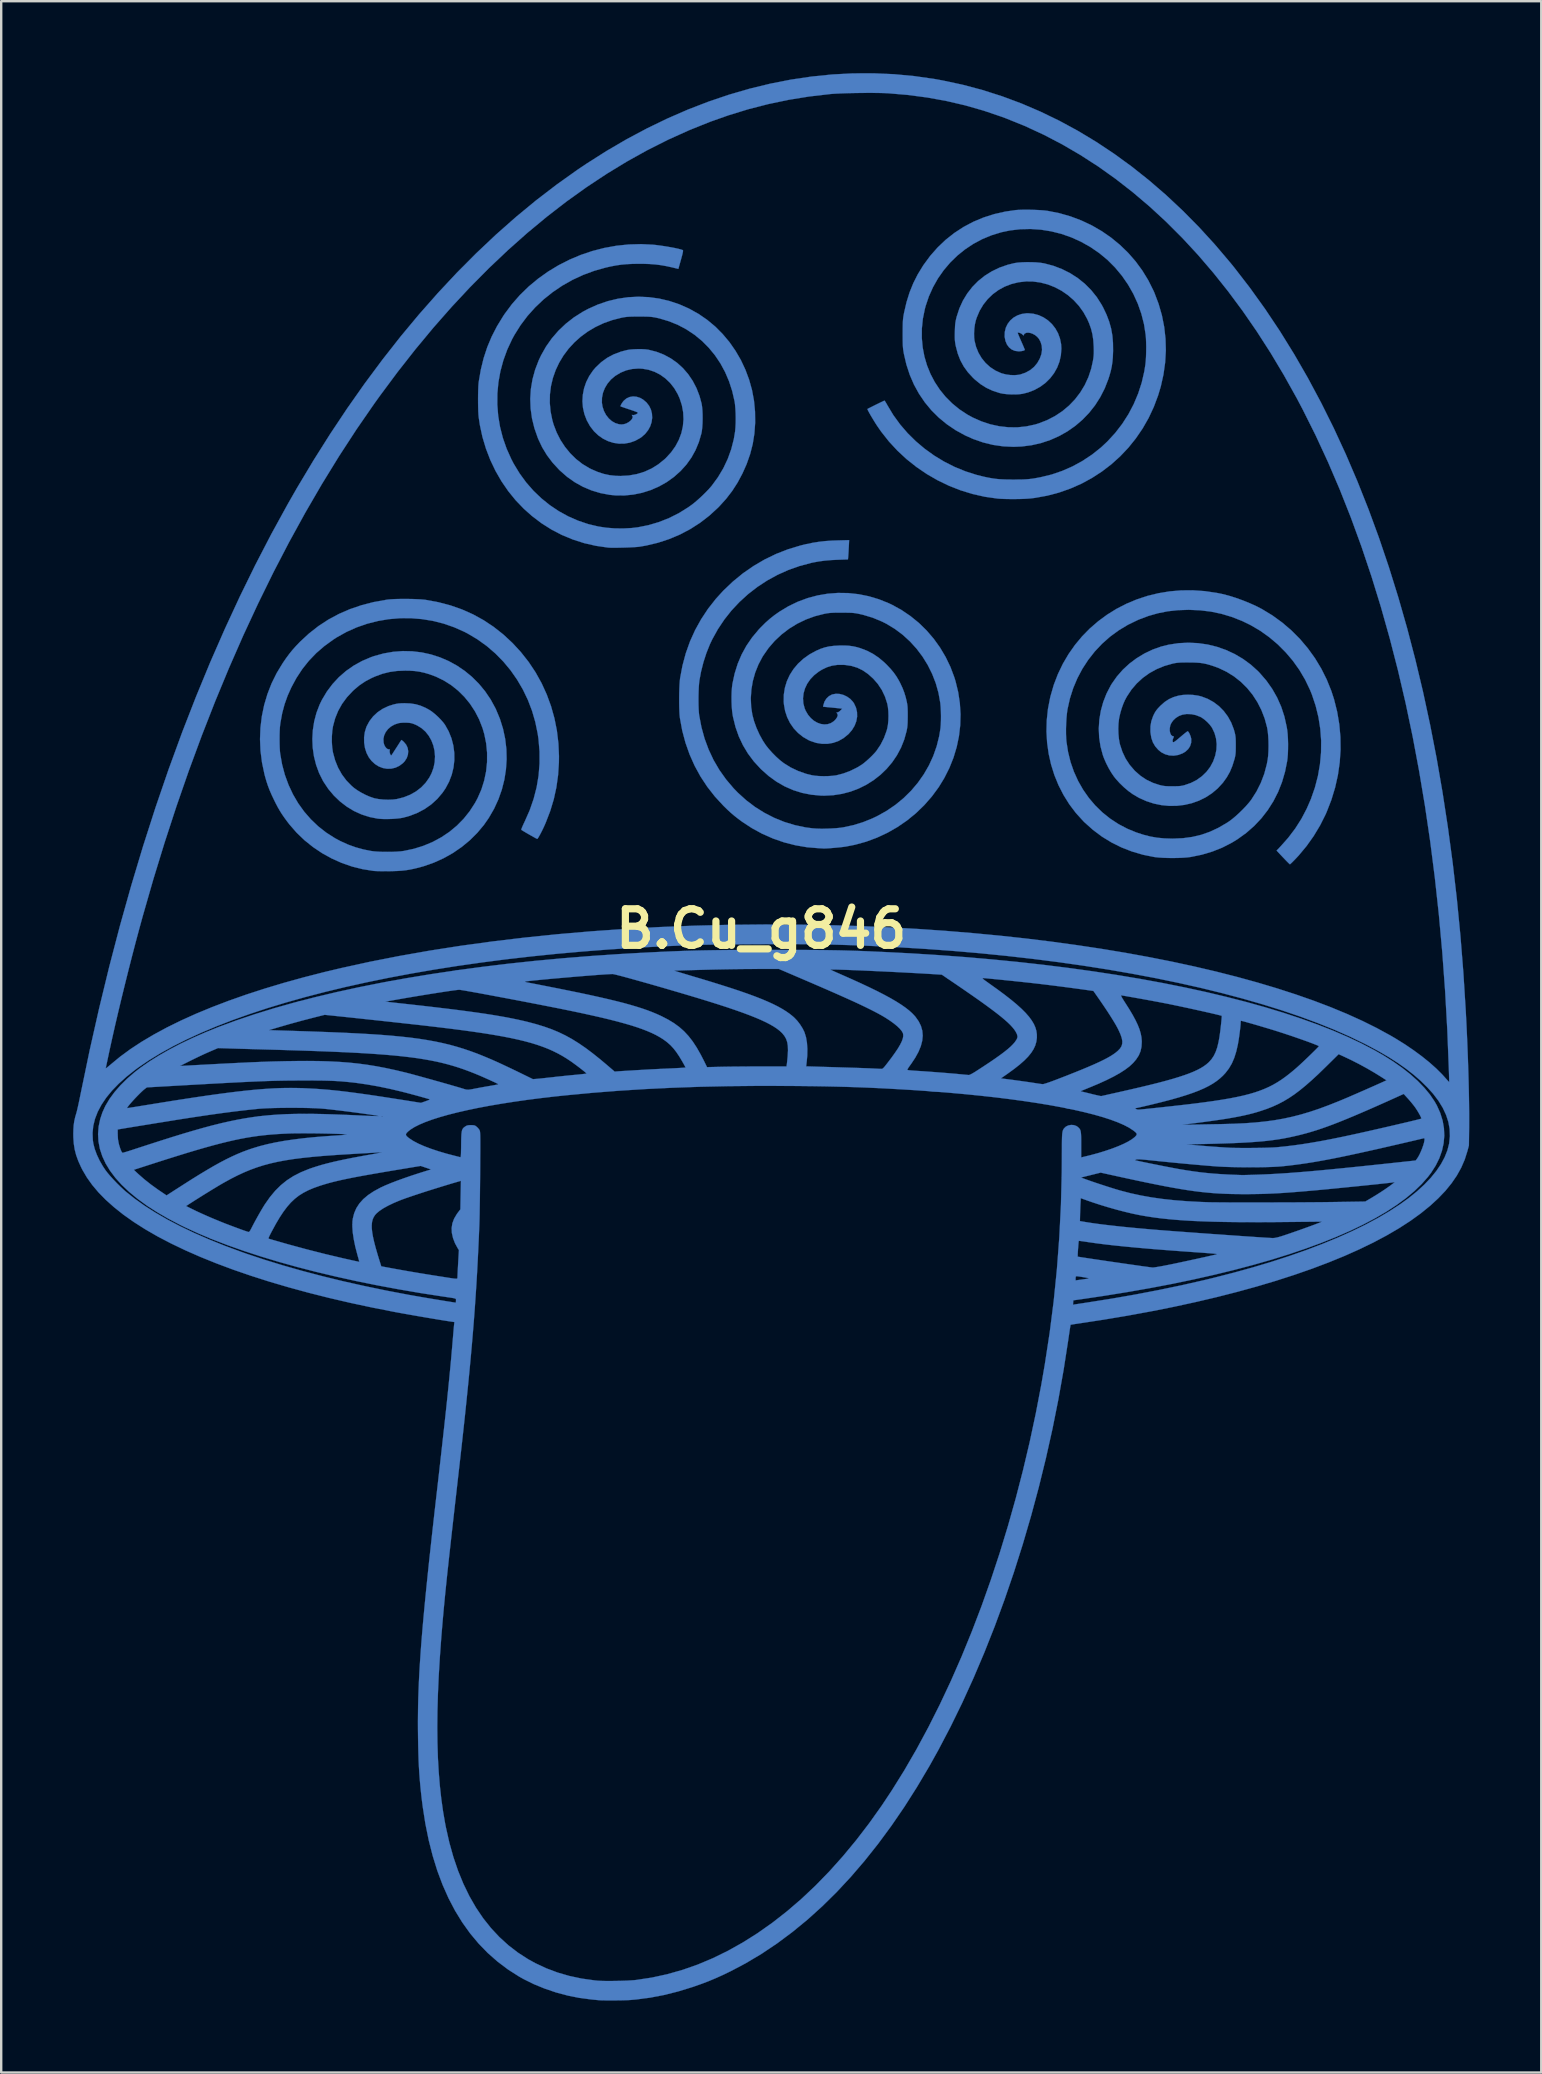
<source format=kicad_pcb>
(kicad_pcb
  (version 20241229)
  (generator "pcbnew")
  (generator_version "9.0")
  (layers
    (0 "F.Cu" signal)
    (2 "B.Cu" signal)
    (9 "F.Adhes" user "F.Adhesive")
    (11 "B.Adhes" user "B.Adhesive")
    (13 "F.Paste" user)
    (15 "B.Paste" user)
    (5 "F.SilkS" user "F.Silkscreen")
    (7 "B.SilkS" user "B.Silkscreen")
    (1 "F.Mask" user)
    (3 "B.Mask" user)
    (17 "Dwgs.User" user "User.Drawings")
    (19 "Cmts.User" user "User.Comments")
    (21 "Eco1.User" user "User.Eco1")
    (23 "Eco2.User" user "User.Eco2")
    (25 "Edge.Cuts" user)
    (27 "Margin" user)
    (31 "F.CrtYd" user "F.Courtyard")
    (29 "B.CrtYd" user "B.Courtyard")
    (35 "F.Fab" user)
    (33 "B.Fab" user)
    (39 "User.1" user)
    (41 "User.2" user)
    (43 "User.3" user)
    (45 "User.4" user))
  (footprint "B.Cu_g846"
    (layer "F.Cu")
    (at 28.673 35.658)
    (property "Reference" "B.Cu_g846" (at 0 0 0) (layer "F.SilkS") (effects (font (size 1.524 1.524) (thickness 0.3))))
    (attr through_hole)
    (fp_poly (pts (xy -4.519 -28.511) (xy -4.381 -28.497) (xy -4.228 -28.477) (xy -4.067 -28.454) (xy -3.904 -28.428) (xy -3.746 -28.4) (xy -3.599 -28.372) (xy -3.471 -28.344) (xy -3.367 -28.318) (xy -3.294 -28.295) (xy -3.265 -28.282) (xy -3.258 -28.266) (xy -3.261 -28.227) (xy -3.273 -28.163) (xy -3.296 -28.067) (xy -3.331 -27.938) (xy -3.346 -27.884) (xy -3.453 -27.502) (xy -3.7 -27.562) (xy -3.95 -27.617) (xy -4.182 -27.658) (xy -4.411 -27.687) (xy -4.648 -27.705) (xy -4.907 -27.714) (xy -5.091 -27.715) (xy -5.361 -27.711) (xy -5.603 -27.699) (xy -5.827 -27.679) (xy -6.046 -27.647) (xy -6.272 -27.604) (xy -6.477 -27.558) (xy -6.959 -27.422) (xy -7.423 -27.25) (xy -7.869 -27.043) (xy -8.294 -26.802) (xy -8.695 -26.53) (xy -9.072 -26.228) (xy -9.421 -25.897) (xy -9.741 -25.54) (xy -10.029 -25.157) (xy -10.284 -24.751) (xy -10.38 -24.575) (xy -10.583 -24.139) (xy -10.746 -23.692) (xy -10.869 -23.237) (xy -10.952 -22.776) (xy -10.995 -22.311) (xy -10.998 -21.844) (xy -10.961 -21.378) (xy -10.884 -20.916) (xy -10.767 -20.459) (xy -10.61 -20.01) (xy -10.413 -19.571) (xy -10.312 -19.378) (xy -10.069 -18.978) (xy -9.796 -18.604) (xy -9.494 -18.259) (xy -9.165 -17.943) (xy -8.813 -17.659) (xy -8.438 -17.407) (xy -8.044 -17.19) (xy -7.632 -17.009) (xy -7.204 -16.865) (xy -6.787 -16.766) (xy -6.456 -16.716) (xy -6.104 -16.688) (xy -5.747 -16.684) (xy -5.398 -16.703) (xy -5.144 -16.733) (xy -4.695 -16.823) (xy -4.257 -16.953) (xy -3.832 -17.122) (xy -3.424 -17.328) (xy -3.036 -17.57) (xy -2.883 -17.68) (xy -2.752 -17.784) (xy -2.606 -17.911) (xy -2.455 -18.05) (xy -2.31 -18.193) (xy -2.178 -18.331) (xy -2.07 -18.455) (xy -2.06 -18.467) (xy -1.801 -18.821) (xy -1.578 -19.195) (xy -1.394 -19.585) (xy -1.248 -19.99) (xy -1.142 -20.406) (xy -1.088 -20.729) (xy -1.073 -20.894) (xy -1.064 -21.084) (xy -1.062 -21.287) (xy -1.066 -21.493) (xy -1.077 -21.689) (xy -1.093 -21.865) (xy -1.11 -21.982) (xy -1.208 -22.409) (xy -1.34 -22.817) (xy -1.505 -23.204) (xy -1.702 -23.567) (xy -1.929 -23.905) (xy -2.185 -24.216) (xy -2.467 -24.5) (xy -2.775 -24.753) (xy -3.108 -24.975) (xy -3.462 -25.164) (xy -3.838 -25.318) (xy -4.232 -25.436) (xy -4.371 -25.468) (xy -4.454 -25.484) (xy -4.53 -25.496) (xy -4.608 -25.505) (xy -4.697 -25.511) (xy -4.804 -25.514) (xy -4.937 -25.516) (xy -5.091 -25.516) (xy -5.257 -25.516) (xy -5.389 -25.514) (xy -5.495 -25.51) (xy -5.584 -25.504) (xy -5.664 -25.495) (xy -5.744 -25.482) (xy -5.819 -25.468) (xy -6.204 -25.37) (xy -6.568 -25.241) (xy -6.909 -25.08) (xy -7.228 -24.891) (xy -7.521 -24.676) (xy -7.788 -24.437) (xy -8.028 -24.176) (xy -8.238 -23.896) (xy -8.418 -23.598) (xy -8.566 -23.284) (xy -8.681 -22.958) (xy -8.761 -22.62) (xy -8.805 -22.274) (xy -8.811 -21.921) (xy -8.779 -21.564) (xy -8.706 -21.204) (xy -8.653 -21.018) (xy -8.527 -20.688) (xy -8.368 -20.375) (xy -8.177 -20.084) (xy -7.959 -19.817) (xy -7.716 -19.578) (xy -7.451 -19.371) (xy -7.166 -19.199) (xy -7.08 -19.156) (xy -6.818 -19.042) (xy -6.568 -18.96) (xy -6.321 -18.906) (xy -6.064 -18.878) (xy -5.863 -18.872) (xy -5.514 -18.892) (xy -5.182 -18.951) (xy -4.866 -19.048) (xy -4.568 -19.184) (xy -4.288 -19.358) (xy -4.026 -19.57) (xy -3.969 -19.624) (xy -3.753 -19.86) (xy -3.573 -20.113) (xy -3.432 -20.379) (xy -3.328 -20.657) (xy -3.264 -20.943) (xy -3.238 -21.234) (xy -3.252 -21.527) (xy -3.306 -21.82) (xy -3.4 -22.109) (xy -3.481 -22.288) (xy -3.626 -22.534) (xy -3.797 -22.751) (xy -3.992 -22.938) (xy -4.208 -23.093) (xy -4.442 -23.213) (xy -4.69 -23.297) (xy -4.949 -23.342) (xy -5.112 -23.35) (xy -5.377 -23.331) (xy -5.626 -23.274) (xy -5.862 -23.177) (xy -6.086 -23.041) (xy -6.261 -22.893) (xy -6.405 -22.723) (xy -6.517 -22.536) (xy -6.595 -22.338) (xy -6.636 -22.131) (xy -6.639 -21.923) (xy -6.614 -21.764) (xy -6.554 -21.58) (xy -6.466 -21.414) (xy -6.355 -21.273) (xy -6.226 -21.158) (xy -6.082 -21.076) (xy -5.928 -21.028) (xy -5.818 -21.018) (xy -5.719 -21.03) (xy -5.621 -21.062) (xy -5.532 -21.11) (xy -5.455 -21.167) (xy -5.396 -21.231) (xy -5.362 -21.295) (xy -5.358 -21.354) (xy -5.382 -21.398) (xy -5.395 -21.416) (xy -5.374 -21.415) (xy -5.362 -21.412) (xy -5.306 -21.411) (xy -5.237 -21.431) (xy -5.174 -21.466) (xy -5.148 -21.489) (xy -5.142 -21.502) (xy -5.15 -21.516) (xy -5.177 -21.533) (xy -5.228 -21.554) (xy -5.307 -21.583) (xy -5.42 -21.622) (xy -5.487 -21.644) (xy -5.604 -21.683) (xy -5.706 -21.718) (xy -5.788 -21.746) (xy -5.842 -21.765) (xy -5.862 -21.773) (xy -5.861 -21.798) (xy -5.84 -21.846) (xy -5.804 -21.906) (xy -5.76 -21.969) (xy -5.726 -22.01) (xy -5.614 -22.104) (xy -5.484 -22.163) (xy -5.342 -22.187) (xy -5.193 -22.174) (xy -5.044 -22.126) (xy -4.925 -22.058) (xy -4.781 -21.936) (xy -4.671 -21.794) (xy -4.595 -21.636) (xy -4.553 -21.468) (xy -4.544 -21.294) (xy -4.568 -21.118) (xy -4.624 -20.946) (xy -4.713 -20.782) (xy -4.834 -20.629) (xy -4.986 -20.494) (xy -5.04 -20.456) (xy -5.252 -20.339) (xy -5.474 -20.261) (xy -5.702 -20.221) (xy -5.931 -20.219) (xy -6.158 -20.253) (xy -6.38 -20.323) (xy -6.591 -20.427) (xy -6.789 -20.565) (xy -6.968 -20.735) (xy -7.126 -20.938) (xy -7.134 -20.949) (xy -7.27 -21.193) (xy -7.368 -21.45) (xy -7.428 -21.715) (xy -7.45 -21.986) (xy -7.434 -22.257) (xy -7.382 -22.525) (xy -7.293 -22.786) (xy -7.168 -23.035) (xy -7.007 -23.27) (xy -6.895 -23.4) (xy -6.667 -23.616) (xy -6.418 -23.796) (xy -6.146 -23.941) (xy -5.849 -24.053) (xy -5.588 -24.121) (xy -5.465 -24.14) (xy -5.314 -24.152) (xy -5.15 -24.158) (xy -4.986 -24.158) (xy -4.835 -24.15) (xy -4.711 -24.135) (xy -4.699 -24.133) (xy -4.369 -24.049) (xy -4.059 -23.929) (xy -3.769 -23.773) (xy -3.502 -23.585) (xy -3.26 -23.365) (xy -3.044 -23.115) (xy -2.856 -22.838) (xy -2.698 -22.535) (xy -2.571 -22.207) (xy -2.484 -21.886) (xy -2.465 -21.763) (xy -2.451 -21.609) (xy -2.443 -21.436) (xy -2.442 -21.253) (xy -2.446 -21.071) (xy -2.457 -20.9) (xy -2.473 -20.752) (xy -2.492 -20.647) (xy -2.598 -20.285) (xy -2.737 -19.95) (xy -2.909 -19.639) (xy -3.116 -19.349) (xy -3.356 -19.083) (xy -3.634 -18.834) (xy -3.937 -18.617) (xy -4.262 -18.434) (xy -4.604 -18.285) (xy -4.96 -18.172) (xy -5.326 -18.097) (xy -5.699 -18.06) (xy -6.074 -18.063) (xy -6.314 -18.086) (xy -6.701 -18.159) (xy -7.074 -18.271) (xy -7.43 -18.422) (xy -7.769 -18.611) (xy -8.09 -18.837) (xy -8.391 -19.101) (xy -8.425 -19.135) (xy -8.695 -19.428) (xy -8.927 -19.735) (xy -9.125 -20.061) (xy -9.291 -20.411) (xy -9.311 -20.46) (xy -9.452 -20.864) (xy -9.552 -21.271) (xy -9.609 -21.68) (xy -9.625 -22.089) (xy -9.599 -22.497) (xy -9.531 -22.901) (xy -9.422 -23.3) (xy -9.271 -23.694) (xy -9.175 -23.897) (xy -8.968 -24.264) (xy -8.726 -24.607) (xy -8.451 -24.925) (xy -8.144 -25.216) (xy -7.808 -25.479) (xy -7.442 -25.712) (xy -7.221 -25.831) (xy -6.814 -26.014) (xy -6.397 -26.157) (xy -5.973 -26.259) (xy -5.545 -26.321) (xy -5.115 -26.343) (xy -4.685 -26.324) (xy -4.258 -26.266) (xy -3.835 -26.167) (xy -3.421 -26.029) (xy -3.016 -25.851) (xy -2.623 -25.633) (xy -2.611 -25.626) (xy -2.251 -25.378) (xy -1.915 -25.098) (xy -1.606 -24.787) (xy -1.323 -24.45) (xy -1.071 -24.087) (xy -0.848 -23.704) (xy -0.659 -23.301) (xy -0.503 -22.883) (xy -0.383 -22.452) (xy -0.301 -22.011) (xy -0.258 -21.562) (xy -0.257 -21.548) (xy -0.252 -21.085) (xy -0.284 -20.639) (xy -0.353 -20.207) (xy -0.461 -19.785) (xy -0.608 -19.366) (xy -0.782 -18.976) (xy -0.985 -18.596) (xy -1.21 -18.247) (xy -1.462 -17.92) (xy -1.748 -17.604) (xy -1.8 -17.551) (xy -2.162 -17.219) (xy -2.548 -16.921) (xy -2.956 -16.659) (xy -3.387 -16.432) (xy -3.838 -16.242) (xy -4.309 -16.088) (xy -4.798 -15.972) (xy -5.063 -15.926) (xy -5.145 -15.916) (xy -5.26 -15.908) (xy -5.4 -15.9) (xy -5.556 -15.893) (xy -5.721 -15.888) (xy -5.885 -15.884) (xy -6.042 -15.881) (xy -6.181 -15.881) (xy -6.296 -15.883) (xy -6.377 -15.888) (xy -6.382 -15.888) (xy -6.888 -15.961) (xy -7.377 -16.073) (xy -7.849 -16.224) (xy -8.304 -16.412) (xy -8.74 -16.639) (xy -9.158 -16.904) (xy -9.556 -17.206) (xy -9.893 -17.506) (xy -10.233 -17.86) (xy -10.544 -18.243) (xy -10.825 -18.653) (xy -11.074 -19.086) (xy -11.29 -19.539) (xy -11.471 -20.01) (xy -11.617 -20.495) (xy -11.724 -20.992) (xy -11.773 -21.315) (xy -11.783 -21.425) (xy -11.791 -21.566) (xy -11.796 -21.731) (xy -11.799 -21.911) (xy -11.8 -22.097) (xy -11.798 -22.281) (xy -11.794 -22.454) (xy -11.788 -22.608) (xy -11.779 -22.733) (xy -11.772 -22.797) (xy -11.685 -23.303) (xy -11.567 -23.784) (xy -11.416 -24.243) (xy -11.23 -24.686) (xy -11.008 -25.117) (xy -10.748 -25.541) (xy -10.694 -25.622) (xy -10.39 -26.031) (xy -10.055 -26.413) (xy -9.691 -26.767) (xy -9.3 -27.092) (xy -8.885 -27.388) (xy -8.449 -27.652) (xy -7.994 -27.884) (xy -7.523 -28.083) (xy -7.037 -28.247) (xy -6.54 -28.375) (xy -6.033 -28.467) (xy -5.52 -28.52) (xy -5.003 -28.534) (xy -4.519 -28.511)) (stroke (width 0.01) (type solid)) (fill yes) (layer "B.Cu"))
    (fp_poly (pts (xy -14.752 -13.748) (xy -14.555 -13.745) (xy -14.368 -13.738) (xy -14.199 -13.73) (xy -14.057 -13.718) (xy -13.981 -13.709) (xy -13.454 -13.611) (xy -12.951 -13.479) (xy -12.469 -13.31) (xy -12.009 -13.105) (xy -11.57 -12.863) (xy -11.151 -12.585) (xy -10.75 -12.269) (xy -10.371 -11.917) (xy -10.015 -11.532) (xy -9.693 -11.123) (xy -9.405 -10.691) (xy -9.153 -10.238) (xy -8.938 -9.767) (xy -8.759 -9.279) (xy -8.618 -8.777) (xy -8.515 -8.261) (xy -8.452 -7.734) (xy -8.428 -7.198) (xy -8.431 -6.932) (xy -8.465 -6.406) (xy -8.536 -5.897) (xy -8.644 -5.402) (xy -8.791 -4.914) (xy -8.978 -4.429) (xy -9.026 -4.318) (xy -9.081 -4.198) (xy -9.138 -4.081) (xy -9.194 -3.972) (xy -9.245 -3.878) (xy -9.288 -3.805) (xy -9.319 -3.759) (xy -9.334 -3.747) (xy -9.358 -3.757) (xy -9.41 -3.784) (xy -9.484 -3.825) (xy -9.572 -3.875) (xy -9.668 -3.929) (xy -9.764 -3.984) (xy -9.852 -4.036) (xy -9.925 -4.08) (xy -9.977 -4.112) (xy -9.998 -4.127) (xy -9.995 -4.151) (xy -9.976 -4.206) (xy -9.942 -4.285) (xy -9.898 -4.383) (xy -9.857 -4.469) (xy -9.649 -4.939) (xy -9.484 -5.416) (xy -9.359 -5.9) (xy -9.277 -6.391) (xy -9.237 -6.889) (xy -9.238 -7.392) (xy -9.281 -7.9) (xy -9.315 -8.136) (xy -9.415 -8.619) (xy -9.551 -9.088) (xy -9.724 -9.54) (xy -9.932 -9.973) (xy -10.173 -10.385) (xy -10.445 -10.774) (xy -10.747 -11.138) (xy -11.078 -11.475) (xy -11.436 -11.783) (xy -11.82 -12.06) (xy -12.228 -12.303) (xy -12.376 -12.38) (xy -12.802 -12.569) (xy -13.241 -12.721) (xy -13.69 -12.834) (xy -14.146 -12.908) (xy -14.607 -12.945) (xy -15.068 -12.943) (xy -15.527 -12.904) (xy -15.981 -12.827) (xy -16.427 -12.713) (xy -16.861 -12.562) (xy -17.282 -12.374) (xy -17.685 -12.149) (xy -17.826 -12.058) (xy -18.202 -11.786) (xy -18.543 -11.491) (xy -18.85 -11.171) (xy -19.126 -10.825) (xy -19.372 -10.45) (xy -19.58 -10.065) (xy -19.738 -9.712) (xy -19.864 -9.357) (xy -19.962 -8.991) (xy -20.034 -8.601) (xy -20.047 -8.509) (xy -20.059 -8.392) (xy -20.067 -8.243) (xy -20.072 -8.073) (xy -20.073 -7.893) (xy -20.071 -7.714) (xy -20.066 -7.546) (xy -20.057 -7.4) (xy -20.047 -7.303) (xy -19.967 -6.85) (xy -19.851 -6.415) (xy -19.699 -6) (xy -19.514 -5.605) (xy -19.297 -5.233) (xy -19.048 -4.886) (xy -18.769 -4.565) (xy -18.462 -4.272) (xy -18.126 -4.009) (xy -17.765 -3.778) (xy -17.537 -3.656) (xy -17.223 -3.513) (xy -16.905 -3.398) (xy -16.572 -3.307) (xy -16.266 -3.246) (xy -16.132 -3.228) (xy -15.967 -3.216) (xy -15.78 -3.208) (xy -15.583 -3.206) (xy -15.385 -3.208) (xy -15.197 -3.216) (xy -15.03 -3.228) (xy -14.893 -3.246) (xy -14.471 -3.336) (xy -14.068 -3.463) (xy -13.685 -3.624) (xy -13.326 -3.818) (xy -12.99 -4.044) (xy -12.681 -4.301) (xy -12.4 -4.587) (xy -12.148 -4.902) (xy -11.928 -5.243) (xy -11.818 -5.447) (xy -11.662 -5.804) (xy -11.545 -6.176) (xy -11.465 -6.559) (xy -11.425 -6.948) (xy -11.424 -7.34) (xy -11.462 -7.73) (xy -11.54 -8.114) (xy -11.612 -8.361) (xy -11.753 -8.723) (xy -11.928 -9.062) (xy -12.134 -9.377) (xy -12.369 -9.665) (xy -12.631 -9.925) (xy -12.918 -10.154) (xy -13.229 -10.35) (xy -13.56 -10.511) (xy -13.832 -10.611) (xy -14.041 -10.672) (xy -14.237 -10.715) (xy -14.434 -10.743) (xy -14.647 -10.757) (xy -14.838 -10.76) (xy -15.172 -10.747) (xy -15.483 -10.704) (xy -15.783 -10.63) (xy -16.081 -10.521) (xy -16.232 -10.454) (xy -16.496 -10.315) (xy -16.737 -10.154) (xy -16.966 -9.962) (xy -17.027 -9.904) (xy -17.267 -9.647) (xy -17.468 -9.373) (xy -17.631 -9.081) (xy -17.757 -8.77) (xy -17.846 -8.441) (xy -17.876 -8.244) (xy -17.892 -8.024) (xy -17.894 -7.796) (xy -17.88 -7.574) (xy -17.852 -7.375) (xy -17.847 -7.35) (xy -17.757 -7.021) (xy -17.634 -6.716) (xy -17.477 -6.436) (xy -17.289 -6.183) (xy -17.068 -5.957) (xy -16.97 -5.873) (xy -16.831 -5.774) (xy -16.667 -5.675) (xy -16.49 -5.583) (xy -16.313 -5.506) (xy -16.15 -5.45) (xy -16.108 -5.438) (xy -15.938 -5.406) (xy -15.747 -5.387) (xy -15.548 -5.38) (xy -15.359 -5.386) (xy -15.193 -5.406) (xy -15.188 -5.407) (xy -14.898 -5.481) (xy -14.631 -5.587) (xy -14.388 -5.724) (xy -14.173 -5.89) (xy -13.986 -6.084) (xy -13.832 -6.303) (xy -13.738 -6.483) (xy -13.655 -6.713) (xy -13.607 -6.948) (xy -13.594 -7.184) (xy -13.613 -7.416) (xy -13.664 -7.64) (xy -13.744 -7.85) (xy -13.854 -8.044) (xy -13.99 -8.216) (xy -14.153 -8.361) (xy -14.338 -8.475) (xy -14.425 -8.515) (xy -14.512 -8.549) (xy -14.581 -8.57) (xy -14.584 -8.571) (xy -14.677 -8.585) (xy -14.794 -8.591) (xy -14.918 -8.591) (xy -15.033 -8.583) (xy -15.111 -8.571) (xy -15.28 -8.515) (xy -15.429 -8.431) (xy -15.552 -8.325) (xy -15.648 -8.201) (xy -15.713 -8.063) (xy -15.744 -7.917) (xy -15.737 -7.767) (xy -15.714 -7.677) (xy -15.678 -7.601) (xy -15.627 -7.536) (xy -15.572 -7.492) (xy -15.521 -7.478) (xy -15.511 -7.479) (xy -15.485 -7.481) (xy -15.479 -7.459) (xy -15.485 -7.42) (xy -15.485 -7.369) (xy -15.474 -7.314) (xy -15.455 -7.264) (xy -15.433 -7.232) (xy -15.412 -7.23) (xy -15.411 -7.231) (xy -15.394 -7.254) (xy -15.359 -7.307) (xy -15.31 -7.383) (xy -15.25 -7.476) (xy -15.198 -7.556) (xy -15.133 -7.657) (xy -15.077 -7.745) (xy -15.033 -7.814) (xy -15.004 -7.858) (xy -14.995 -7.871) (xy -14.978 -7.861) (xy -14.939 -7.83) (xy -14.895 -7.791) (xy -14.797 -7.674) (xy -14.735 -7.543) (xy -14.711 -7.402) (xy -14.723 -7.259) (xy -14.771 -7.118) (xy -14.856 -6.985) (xy -14.927 -6.908) (xy -15.079 -6.793) (xy -15.244 -6.715) (xy -15.417 -6.675) (xy -15.593 -6.67) (xy -15.768 -6.701) (xy -15.938 -6.767) (xy -16.097 -6.867) (xy -16.24 -7) (xy -16.351 -7.144) (xy -16.447 -7.329) (xy -16.513 -7.535) (xy -16.547 -7.755) (xy -16.55 -7.979) (xy -16.52 -8.199) (xy -16.456 -8.407) (xy -16.442 -8.441) (xy -16.323 -8.66) (xy -16.17 -8.856) (xy -15.986 -9.027) (xy -15.774 -9.169) (xy -15.536 -9.282) (xy -15.326 -9.349) (xy -15.217 -9.374) (xy -15.115 -9.391) (xy -15.005 -9.399) (xy -14.871 -9.402) (xy -14.859 -9.402) (xy -14.619 -9.392) (xy -14.402 -9.359) (xy -14.196 -9.299) (xy -13.988 -9.21) (xy -13.833 -9.125) (xy -13.723 -9.052) (xy -13.6 -8.953) (xy -13.473 -8.838) (xy -13.353 -8.717) (xy -13.25 -8.599) (xy -13.179 -8.504) (xy -13.025 -8.229) (xy -12.909 -7.94) (xy -12.831 -7.641) (xy -12.791 -7.335) (xy -12.789 -7.028) (xy -12.824 -6.722) (xy -12.897 -6.422) (xy -13.008 -6.132) (xy -13.156 -5.854) (xy -13.281 -5.671) (xy -13.499 -5.414) (xy -13.746 -5.189) (xy -14.019 -4.997) (xy -14.319 -4.836) (xy -14.644 -4.709) (xy -14.922 -4.632) (xy -15.047 -4.61) (xy -15.202 -4.593) (xy -15.375 -4.581) (xy -15.554 -4.575) (xy -15.729 -4.575) (xy -15.886 -4.583) (xy -15.988 -4.593) (xy -16.329 -4.661) (xy -16.659 -4.768) (xy -16.975 -4.912) (xy -17.273 -5.093) (xy -17.552 -5.307) (xy -17.808 -5.552) (xy -18.039 -5.827) (xy -18.241 -6.13) (xy -18.265 -6.171) (xy -18.426 -6.493) (xy -18.55 -6.833) (xy -18.639 -7.187) (xy -18.691 -7.549) (xy -18.706 -7.916) (xy -18.685 -8.283) (xy -18.628 -8.647) (xy -18.534 -9.002) (xy -18.403 -9.344) (xy -18.306 -9.543) (xy -18.101 -9.887) (xy -17.864 -10.202) (xy -17.598 -10.489) (xy -17.302 -10.746) (xy -16.98 -10.971) (xy -16.633 -11.163) (xy -16.262 -11.321) (xy -16.139 -11.364) (xy -15.738 -11.475) (xy -15.337 -11.545) (xy -14.936 -11.575) (xy -14.538 -11.566) (xy -14.146 -11.519) (xy -13.763 -11.435) (xy -13.39 -11.315) (xy -13.03 -11.161) (xy -12.685 -10.972) (xy -12.358 -10.751) (xy -12.051 -10.498) (xy -11.767 -10.214) (xy -11.508 -9.901) (xy -11.276 -9.559) (xy -11.074 -9.189) (xy -11.058 -9.155) (xy -10.889 -8.751) (xy -10.76 -8.338) (xy -10.67 -7.917) (xy -10.62 -7.492) (xy -10.61 -7.065) (xy -10.638 -6.639) (xy -10.704 -6.218) (xy -10.809 -5.803) (xy -10.952 -5.397) (xy -11.132 -5.005) (xy -11.35 -4.627) (xy -11.556 -4.33) (xy -11.834 -3.998) (xy -12.143 -3.691) (xy -12.482 -3.411) (xy -12.846 -3.161) (xy -13.233 -2.943) (xy -13.64 -2.759) (xy -14.063 -2.61) (xy -14.274 -2.551) (xy -14.465 -2.505) (xy -14.638 -2.469) (xy -14.805 -2.442) (xy -14.975 -2.423) (xy -15.159 -2.411) (xy -15.369 -2.404) (xy -15.505 -2.401) (xy -15.656 -2.4) (xy -15.804 -2.401) (xy -15.94 -2.403) (xy -16.055 -2.407) (xy -16.14 -2.412) (xy -16.161 -2.414) (xy -16.612 -2.486) (xy -17.056 -2.597) (xy -17.487 -2.747) (xy -17.904 -2.934) (xy -18.303 -3.155) (xy -18.682 -3.41) (xy -19.037 -3.695) (xy -19.365 -4.011) (xy -19.664 -4.354) (xy -19.755 -4.473) (xy -19.876 -4.638) (xy -19.977 -4.785) (xy -20.065 -4.926) (xy -20.149 -5.072) (xy -20.235 -5.236) (xy -20.299 -5.366) (xy -20.403 -5.584) (xy -20.488 -5.78) (xy -20.559 -5.967) (xy -20.622 -6.158) (xy -20.681 -6.365) (xy -20.702 -6.446) (xy -20.804 -6.929) (xy -20.866 -7.414) (xy -20.887 -7.899) (xy -20.869 -8.381) (xy -20.811 -8.857) (xy -20.714 -9.326) (xy -20.578 -9.783) (xy -20.405 -10.228) (xy -20.193 -10.657) (xy -19.944 -11.068) (xy -19.943 -11.07) (xy -19.801 -11.277) (xy -19.668 -11.457) (xy -19.534 -11.622) (xy -19.39 -11.784) (xy -19.225 -11.956) (xy -19.209 -11.972) (xy -18.841 -12.312) (xy -18.45 -12.618) (xy -18.036 -12.888) (xy -17.598 -13.123) (xy -17.136 -13.324) (xy -16.65 -13.489) (xy -16.141 -13.62) (xy -15.607 -13.715) (xy -15.579 -13.719) (xy -15.463 -13.731) (xy -15.314 -13.74) (xy -15.14 -13.746) (xy -14.95 -13.748) (xy -14.752 -13.748)) (stroke (width 0.01) (type solid)) (fill yes) (layer "B.Cu"))
    (fp_poly (pts (xy 18.488 -14.073) (xy 18.99 -13.999) (xy 19.198 -13.957) (xy 19.474 -13.887) (xy 19.771 -13.795) (xy 20.074 -13.686) (xy 20.373 -13.564) (xy 20.655 -13.436) (xy 20.87 -13.324) (xy 21.306 -13.059) (xy 21.716 -12.761) (xy 22.1 -12.432) (xy 22.457 -12.073) (xy 22.783 -11.687) (xy 23.079 -11.276) (xy 23.341 -10.842) (xy 23.568 -10.388) (xy 23.759 -9.915) (xy 23.874 -9.562) (xy 24.003 -9.045) (xy 24.091 -8.522) (xy 24.138 -7.994) (xy 24.144 -7.465) (xy 24.109 -6.936) (xy 24.034 -6.41) (xy 23.918 -5.89) (xy 23.762 -5.376) (xy 23.566 -4.872) (xy 23.52 -4.767) (xy 23.29 -4.309) (xy 23.024 -3.867) (xy 22.725 -3.447) (xy 22.397 -3.053) (xy 22.259 -2.905) (xy 22.183 -2.828) (xy 22.118 -2.762) (xy 22.067 -2.715) (xy 22.038 -2.69) (xy 22.034 -2.688) (xy 22.015 -2.703) (xy 21.972 -2.744) (xy 21.91 -2.806) (xy 21.833 -2.885) (xy 21.748 -2.974) (xy 21.479 -3.26) (xy 21.635 -3.424) (xy 21.964 -3.795) (xy 22.255 -4.179) (xy 22.511 -4.581) (xy 22.734 -5.006) (xy 22.909 -5.408) (xy 23.075 -5.885) (xy 23.201 -6.37) (xy 23.286 -6.859) (xy 23.331 -7.351) (xy 23.336 -7.843) (xy 23.299 -8.333) (xy 23.223 -8.818) (xy 23.106 -9.297) (xy 22.949 -9.766) (xy 22.87 -9.961) (xy 22.668 -10.382) (xy 22.431 -10.785) (xy 22.16 -11.166) (xy 21.857 -11.523) (xy 21.527 -11.854) (xy 21.17 -12.155) (xy 20.791 -12.425) (xy 20.39 -12.66) (xy 20.047 -12.827) (xy 19.614 -12.997) (xy 19.182 -13.127) (xy 18.742 -13.219) (xy 18.291 -13.274) (xy 17.822 -13.294) (xy 17.803 -13.294) (xy 17.362 -13.279) (xy 16.943 -13.233) (xy 16.539 -13.153) (xy 16.141 -13.04) (xy 15.741 -12.89) (xy 15.689 -12.867) (xy 15.281 -12.67) (xy 14.897 -12.438) (xy 14.538 -12.175) (xy 14.206 -11.881) (xy 13.902 -11.559) (xy 13.629 -11.211) (xy 13.386 -10.839) (xy 13.177 -10.445) (xy 13.003 -10.032) (xy 12.865 -9.6) (xy 12.765 -9.153) (xy 12.764 -9.144) (xy 12.74 -8.974) (xy 12.721 -8.774) (xy 12.709 -8.557) (xy 12.702 -8.335) (xy 12.703 -8.121) (xy 12.71 -7.927) (xy 12.72 -7.806) (xy 12.788 -7.37) (xy 12.892 -6.948) (xy 13.033 -6.544) (xy 13.208 -6.159) (xy 13.416 -5.795) (xy 13.655 -5.454) (xy 13.923 -5.139) (xy 14.22 -4.85) (xy 14.544 -4.591) (xy 14.892 -4.363) (xy 15.264 -4.168) (xy 15.632 -4.017) (xy 15.93 -3.92) (xy 16.215 -3.847) (xy 16.498 -3.798) (xy 16.793 -3.769) (xy 17.112 -3.759) (xy 17.166 -3.759) (xy 17.577 -3.777) (xy 17.967 -3.83) (xy 18.341 -3.919) (xy 18.702 -4.046) (xy 19.057 -4.212) (xy 19.408 -4.418) (xy 19.494 -4.474) (xy 19.622 -4.569) (xy 19.766 -4.689) (xy 19.918 -4.827) (xy 20.068 -4.974) (xy 20.209 -5.122) (xy 20.331 -5.263) (xy 20.42 -5.376) (xy 20.64 -5.721) (xy 20.822 -6.084) (xy 20.966 -6.463) (xy 21.071 -6.86) (xy 21.106 -7.048) (xy 21.127 -7.215) (xy 21.139 -7.409) (xy 21.143 -7.617) (xy 21.14 -7.83) (xy 21.129 -8.035) (xy 21.111 -8.222) (xy 21.085 -8.379) (xy 21.084 -8.386) (xy 20.983 -8.761) (xy 20.846 -9.116) (xy 20.677 -9.448) (xy 20.477 -9.757) (xy 20.247 -10.039) (xy 19.989 -10.294) (xy 19.705 -10.518) (xy 19.397 -10.71) (xy 19.066 -10.868) (xy 18.863 -10.943) (xy 18.701 -10.995) (xy 18.558 -11.035) (xy 18.424 -11.063) (xy 18.287 -11.083) (xy 18.138 -11.094) (xy 17.965 -11.1) (xy 17.812 -11.101) (xy 17.654 -11.101) (xy 17.531 -11.099) (xy 17.432 -11.095) (xy 17.349 -11.088) (xy 17.274 -11.078) (xy 17.198 -11.064) (xy 17.147 -11.053) (xy 16.803 -10.955) (xy 16.479 -10.822) (xy 16.178 -10.656) (xy 15.901 -10.457) (xy 15.651 -10.227) (xy 15.43 -9.969) (xy 15.241 -9.684) (xy 15.157 -9.529) (xy 15.09 -9.376) (xy 15.025 -9.197) (xy 14.969 -9.007) (xy 14.925 -8.821) (xy 14.911 -8.745) (xy 14.889 -8.553) (xy 14.881 -8.343) (xy 14.887 -8.128) (xy 14.906 -7.921) (xy 14.938 -7.737) (xy 14.951 -7.683) (xy 15.053 -7.375) (xy 15.187 -7.092) (xy 15.355 -6.835) (xy 15.558 -6.599) (xy 15.576 -6.58) (xy 15.806 -6.378) (xy 16.054 -6.213) (xy 16.323 -6.084) (xy 16.592 -5.995) (xy 16.677 -5.974) (xy 16.753 -5.959) (xy 16.83 -5.949) (xy 16.919 -5.943) (xy 17.031 -5.941) (xy 17.134 -5.941) (xy 17.275 -5.942) (xy 17.383 -5.945) (xy 17.47 -5.952) (xy 17.545 -5.964) (xy 17.619 -5.981) (xy 17.642 -5.987) (xy 17.909 -6.08) (xy 18.151 -6.204) (xy 18.367 -6.359) (xy 18.554 -6.54) (xy 18.711 -6.746) (xy 18.834 -6.974) (xy 18.922 -7.222) (xy 18.97 -7.463) (xy 18.981 -7.701) (xy 18.954 -7.936) (xy 18.892 -8.16) (xy 18.795 -8.365) (xy 18.769 -8.407) (xy 18.69 -8.511) (xy 18.589 -8.618) (xy 18.477 -8.717) (xy 18.366 -8.797) (xy 18.304 -8.832) (xy 18.113 -8.906) (xy 17.92 -8.946) (xy 17.729 -8.952) (xy 17.55 -8.923) (xy 17.41 -8.871) (xy 17.274 -8.785) (xy 17.161 -8.677) (xy 17.08 -8.554) (xy 17.047 -8.472) (xy 17.026 -8.358) (xy 17.025 -8.25) (xy 17.045 -8.154) (xy 17.081 -8.08) (xy 17.133 -8.035) (xy 17.163 -8.026) (xy 17.192 -8.018) (xy 17.196 -8) (xy 17.177 -7.958) (xy 17.154 -7.899) (xy 17.145 -7.849) (xy 17.148 -7.806) (xy 17.158 -7.782) (xy 17.18 -7.777) (xy 17.217 -7.793) (xy 17.274 -7.833) (xy 17.354 -7.897) (xy 17.461 -7.988) (xy 17.464 -7.99) (xy 17.557 -8.069) (xy 17.64 -8.137) (xy 17.708 -8.19) (xy 17.753 -8.224) (xy 17.771 -8.234) (xy 17.799 -8.215) (xy 17.832 -8.166) (xy 17.865 -8.097) (xy 17.895 -8.02) (xy 17.916 -7.943) (xy 17.922 -7.906) (xy 17.918 -7.754) (xy 17.874 -7.614) (xy 17.793 -7.489) (xy 17.677 -7.382) (xy 17.562 -7.313) (xy 17.379 -7.245) (xy 17.193 -7.216) (xy 17.01 -7.226) (xy 16.834 -7.274) (xy 16.671 -7.359) (xy 16.552 -7.455) (xy 16.421 -7.604) (xy 16.324 -7.769) (xy 16.259 -7.955) (xy 16.225 -8.166) (xy 16.22 -8.234) (xy 16.223 -8.45) (xy 16.258 -8.652) (xy 16.327 -8.851) (xy 16.364 -8.932) (xy 16.411 -9.022) (xy 16.461 -9.098) (xy 16.521 -9.174) (xy 16.601 -9.259) (xy 16.645 -9.304) (xy 16.815 -9.454) (xy 16.989 -9.569) (xy 17.179 -9.655) (xy 17.388 -9.717) (xy 17.574 -9.747) (xy 17.781 -9.757) (xy 17.994 -9.748) (xy 18.199 -9.719) (xy 18.34 -9.685) (xy 18.608 -9.584) (xy 18.855 -9.447) (xy 19.079 -9.277) (xy 19.277 -9.076) (xy 19.447 -8.848) (xy 19.587 -8.594) (xy 19.694 -8.317) (xy 19.721 -8.223) (xy 19.742 -8.141) (xy 19.757 -8.069) (xy 19.767 -7.997) (xy 19.773 -7.916) (xy 19.776 -7.816) (xy 19.777 -7.686) (xy 19.777 -7.641) (xy 19.776 -7.5) (xy 19.774 -7.391) (xy 19.768 -7.304) (xy 19.759 -7.231) (xy 19.745 -7.159) (xy 19.726 -7.081) (xy 19.722 -7.068) (xy 19.635 -6.789) (xy 19.531 -6.541) (xy 19.403 -6.314) (xy 19.247 -6.097) (xy 19.239 -6.086) (xy 19.024 -5.852) (xy 18.784 -5.65) (xy 18.522 -5.479) (xy 18.242 -5.341) (xy 17.947 -5.236) (xy 17.64 -5.165) (xy 17.325 -5.127) (xy 17.005 -5.123) (xy 16.683 -5.154) (xy 16.363 -5.22) (xy 16.049 -5.322) (xy 15.743 -5.459) (xy 15.486 -5.61) (xy 15.304 -5.741) (xy 15.116 -5.9) (xy 14.936 -6.074) (xy 14.775 -6.253) (xy 14.699 -6.349) (xy 14.588 -6.512) (xy 14.477 -6.702) (xy 14.374 -6.905) (xy 14.286 -7.106) (xy 14.236 -7.244) (xy 14.14 -7.604) (xy 14.084 -7.972) (xy 14.068 -8.344) (xy 14.091 -8.717) (xy 14.153 -9.087) (xy 14.253 -9.449) (xy 14.39 -9.801) (xy 14.565 -10.139) (xy 14.61 -10.213) (xy 14.824 -10.517) (xy 15.07 -10.798) (xy 15.346 -11.053) (xy 15.648 -11.279) (xy 15.973 -11.475) (xy 16.315 -11.638) (xy 16.673 -11.765) (xy 16.984 -11.842) (xy 17.393 -11.904) (xy 17.801 -11.924) (xy 18.207 -11.905) (xy 18.606 -11.848) (xy 18.995 -11.752) (xy 19.373 -11.619) (xy 19.736 -11.45) (xy 20.081 -11.246) (xy 20.405 -11.008) (xy 20.706 -10.736) (xy 20.77 -10.669) (xy 21.052 -10.344) (xy 21.296 -9.998) (xy 21.503 -9.633) (xy 21.673 -9.248) (xy 21.805 -8.843) (xy 21.899 -8.418) (xy 21.921 -8.285) (xy 21.939 -8.116) (xy 21.951 -7.919) (xy 21.957 -7.707) (xy 21.955 -7.492) (xy 21.948 -7.286) (xy 21.933 -7.101) (xy 21.92 -6.996) (xy 21.83 -6.546) (xy 21.704 -6.115) (xy 21.541 -5.704) (xy 21.343 -5.315) (xy 21.11 -4.948) (xy 20.844 -4.605) (xy 20.546 -4.289) (xy 20.216 -3.999) (xy 19.855 -3.738) (xy 19.612 -3.589) (xy 19.22 -3.387) (xy 18.804 -3.221) (xy 18.367 -3.09) (xy 17.909 -2.996) (xy 17.886 -2.992) (xy 17.742 -2.975) (xy 17.566 -2.962) (xy 17.368 -2.954) (xy 17.159 -2.951) (xy 16.949 -2.953) (xy 16.748 -2.96) (xy 16.565 -2.972) (xy 16.412 -2.988) (xy 16.383 -2.992) (xy 15.91 -3.087) (xy 15.454 -3.221) (xy 15.016 -3.391) (xy 14.598 -3.599) (xy 14.201 -3.842) (xy 13.827 -4.122) (xy 13.475 -4.436) (xy 13.422 -4.489) (xy 13.114 -4.828) (xy 12.839 -5.192) (xy 12.598 -5.579) (xy 12.39 -5.985) (xy 12.217 -6.409) (xy 12.08 -6.847) (xy 11.979 -7.297) (xy 11.915 -7.756) (xy 11.888 -8.222) (xy 11.9 -8.692) (xy 11.95 -9.163) (xy 12.041 -9.633) (xy 12.055 -9.691) (xy 12.192 -10.165) (xy 12.365 -10.616) (xy 12.571 -11.046) (xy 12.81 -11.452) (xy 13.078 -11.833) (xy 13.374 -12.189) (xy 13.697 -12.518) (xy 14.045 -12.819) (xy 14.416 -13.092) (xy 14.807 -13.335) (xy 15.218 -13.546) (xy 15.647 -13.726) (xy 16.091 -13.873) (xy 16.55 -13.985) (xy 17.02 -14.063) (xy 17.502 -14.104) (xy 17.991 -14.108) (xy 18.488 -14.073)) (stroke (width 0.01) (type solid)) (fill yes) (layer "B.Cu"))
    (fp_poly (pts (xy 11.258 -29.966) (xy 11.449 -29.959) (xy 11.631 -29.95) (xy 11.792 -29.938) (xy 11.923 -29.922) (xy 11.938 -29.92) (xy 12.422 -29.824) (xy 12.891 -29.69) (xy 13.344 -29.519) (xy 13.779 -29.313) (xy 14.193 -29.074) (xy 14.584 -28.803) (xy 14.951 -28.501) (xy 15.292 -28.171) (xy 15.604 -27.813) (xy 15.885 -27.43) (xy 16.134 -27.022) (xy 16.349 -26.591) (xy 16.383 -26.515) (xy 16.561 -26.045) (xy 16.699 -25.566) (xy 16.795 -25.081) (xy 16.849 -24.591) (xy 16.863 -24.097) (xy 16.834 -23.6) (xy 16.764 -23.102) (xy 16.653 -22.604) (xy 16.543 -22.236) (xy 16.362 -21.753) (xy 16.146 -21.291) (xy 15.896 -20.853) (xy 15.614 -20.44) (xy 15.302 -20.052) (xy 14.961 -19.692) (xy 14.593 -19.36) (xy 14.2 -19.059) (xy 13.784 -18.789) (xy 13.346 -18.551) (xy 12.888 -18.349) (xy 12.412 -18.181) (xy 11.919 -18.051) (xy 11.411 -17.959) (xy 11.25 -17.939) (xy 11.123 -17.928) (xy 10.964 -17.919) (xy 10.783 -17.913) (xy 10.589 -17.91) (xy 10.393 -17.91) (xy 10.205 -17.913) (xy 10.034 -17.918) (xy 9.891 -17.927) (xy 9.842 -17.931) (xy 9.323 -18.005) (xy 8.812 -18.12) (xy 8.312 -18.273) (xy 7.826 -18.464) (xy 7.355 -18.691) (xy 6.902 -18.952) (xy 6.47 -19.246) (xy 6.061 -19.571) (xy 5.678 -19.926) (xy 5.323 -20.31) (xy 4.999 -20.72) (xy 4.836 -20.955) (xy 4.77 -21.056) (xy 4.702 -21.166) (xy 4.634 -21.278) (xy 4.57 -21.385) (xy 4.514 -21.483) (xy 4.469 -21.566) (xy 4.439 -21.626) (xy 4.426 -21.659) (xy 4.427 -21.663) (xy 4.449 -21.676) (xy 4.503 -21.704) (xy 4.579 -21.742) (xy 4.67 -21.788) (xy 4.77 -21.838) (xy 4.871 -21.887) (xy 4.965 -21.933) (xy 5.046 -21.971) (xy 5.105 -21.999) (xy 5.136 -22.012) (xy 5.138 -22.013) (xy 5.154 -21.995) (xy 5.185 -21.948) (xy 5.226 -21.879) (xy 5.26 -21.818) (xy 5.505 -21.41) (xy 5.786 -21.023) (xy 6.1 -20.658) (xy 6.443 -20.319) (xy 6.813 -20.007) (xy 7.208 -19.723) (xy 7.625 -19.47) (xy 8.062 -19.249) (xy 8.515 -19.064) (xy 8.982 -18.915) (xy 9.282 -18.841) (xy 9.455 -18.804) (xy 9.612 -18.776) (xy 9.762 -18.754) (xy 9.913 -18.739) (xy 10.077 -18.73) (xy 10.262 -18.724) (xy 10.479 -18.722) (xy 10.509 -18.722) (xy 10.705 -18.723) (xy 10.867 -18.725) (xy 11.006 -18.731) (xy 11.131 -18.74) (xy 11.251 -18.753) (xy 11.376 -18.771) (xy 11.514 -18.796) (xy 11.642 -18.82) (xy 12.098 -18.931) (xy 12.543 -19.083) (xy 12.974 -19.272) (xy 13.388 -19.498) (xy 13.782 -19.76) (xy 14.153 -20.054) (xy 14.426 -20.309) (xy 14.752 -20.663) (xy 15.045 -21.043) (xy 15.303 -21.445) (xy 15.525 -21.868) (xy 15.71 -22.308) (xy 15.858 -22.764) (xy 15.966 -23.233) (xy 16.012 -23.526) (xy 16.027 -23.675) (xy 16.037 -23.854) (xy 16.043 -24.05) (xy 16.045 -24.253) (xy 16.041 -24.449) (xy 16.033 -24.627) (xy 16.022 -24.754) (xy 15.953 -25.197) (xy 15.843 -25.63) (xy 15.695 -26.051) (xy 15.51 -26.457) (xy 15.29 -26.845) (xy 15.037 -27.211) (xy 14.752 -27.554) (xy 14.438 -27.87) (xy 14.095 -28.155) (xy 14.085 -28.162) (xy 13.715 -28.416) (xy 13.327 -28.634) (xy 12.924 -28.816) (xy 12.51 -28.961) (xy 12.087 -29.067) (xy 11.658 -29.136) (xy 11.227 -29.165) (xy 10.797 -29.155) (xy 10.369 -29.105) (xy 10.007 -29.029) (xy 9.6 -28.904) (xy 9.211 -28.743) (xy 8.842 -28.546) (xy 8.495 -28.316) (xy 8.172 -28.055) (xy 7.875 -27.765) (xy 7.606 -27.448) (xy 7.367 -27.107) (xy 7.161 -26.743) (xy 6.988 -26.358) (xy 6.852 -25.955) (xy 6.818 -25.826) (xy 6.736 -25.421) (xy 6.695 -25.018) (xy 6.693 -24.62) (xy 6.729 -24.229) (xy 6.802 -23.848) (xy 6.911 -23.478) (xy 7.055 -23.123) (xy 7.233 -22.785) (xy 7.444 -22.466) (xy 7.687 -22.168) (xy 7.96 -21.895) (xy 8.262 -21.648) (xy 8.593 -21.43) (xy 8.818 -21.307) (xy 9.18 -21.147) (xy 9.55 -21.025) (xy 9.924 -20.944) (xy 10.3 -20.902) (xy 10.675 -20.899) (xy 11.046 -20.938) (xy 11.41 -21.016) (xy 11.561 -21.062) (xy 11.915 -21.199) (xy 12.245 -21.37) (xy 12.551 -21.573) (xy 12.829 -21.806) (xy 13.078 -22.066) (xy 13.297 -22.353) (xy 13.484 -22.662) (xy 13.637 -22.994) (xy 13.753 -23.345) (xy 13.824 -23.667) (xy 13.843 -23.782) (xy 13.854 -23.881) (xy 13.86 -23.98) (xy 13.861 -24.09) (xy 13.858 -24.226) (xy 13.857 -24.268) (xy 13.839 -24.537) (xy 13.803 -24.78) (xy 13.746 -25.009) (xy 13.665 -25.236) (xy 13.586 -25.414) (xy 13.429 -25.699) (xy 13.24 -25.962) (xy 13.023 -26.199) (xy 12.78 -26.41) (xy 12.516 -26.591) (xy 12.235 -26.74) (xy 11.939 -26.856) (xy 11.633 -26.935) (xy 11.319 -26.977) (xy 11.038 -26.98) (xy 10.726 -26.945) (xy 10.428 -26.872) (xy 10.148 -26.764) (xy 9.888 -26.622) (xy 9.651 -26.448) (xy 9.439 -26.244) (xy 9.255 -26.013) (xy 9.102 -25.756) (xy 8.982 -25.475) (xy 8.941 -25.347) (xy 8.905 -25.187) (xy 8.881 -25.006) (xy 8.871 -24.82) (xy 8.874 -24.644) (xy 8.888 -24.52) (xy 8.953 -24.256) (xy 9.053 -24.01) (xy 9.185 -23.785) (xy 9.348 -23.584) (xy 9.538 -23.411) (xy 9.752 -23.269) (xy 9.989 -23.161) (xy 10.044 -23.143) (xy 10.203 -23.103) (xy 10.378 -23.079) (xy 10.553 -23.073) (xy 10.714 -23.086) (xy 10.795 -23.101) (xy 11.013 -23.176) (xy 11.206 -23.282) (xy 11.372 -23.418) (xy 11.502 -23.574) (xy 11.608 -23.759) (xy 11.675 -23.944) (xy 11.703 -24.126) (xy 11.691 -24.301) (xy 11.639 -24.469) (xy 11.573 -24.588) (xy 11.501 -24.672) (xy 11.413 -24.743) (xy 11.315 -24.797) (xy 11.216 -24.832) (xy 11.122 -24.846) (xy 11.04 -24.837) (xy 10.977 -24.803) (xy 10.952 -24.77) (xy 10.93 -24.725) (xy 10.878 -24.776) (xy 10.836 -24.807) (xy 10.783 -24.832) (xy 10.733 -24.846) (xy 10.698 -24.847) (xy 10.689 -24.835) (xy 10.697 -24.811) (xy 10.72 -24.754) (xy 10.754 -24.672) (xy 10.798 -24.571) (xy 10.837 -24.481) (xy 10.886 -24.37) (xy 10.928 -24.273) (xy 10.96 -24.196) (xy 10.98 -24.146) (xy 10.986 -24.129) (xy 10.966 -24.108) (xy 10.914 -24.089) (xy 10.84 -24.075) (xy 10.754 -24.067) (xy 10.723 -24.067) (xy 10.573 -24.086) (xy 10.44 -24.142) (xy 10.329 -24.232) (xy 10.241 -24.352) (xy 10.179 -24.499) (xy 10.146 -24.67) (xy 10.145 -24.686) (xy 10.151 -24.875) (xy 10.194 -25.052) (xy 10.272 -25.212) (xy 10.38 -25.354) (xy 10.516 -25.472) (xy 10.676 -25.563) (xy 10.856 -25.624) (xy 11.054 -25.652) (xy 11.112 -25.654) (xy 11.343 -25.633) (xy 11.563 -25.574) (xy 11.767 -25.48) (xy 11.953 -25.355) (xy 12.117 -25.202) (xy 12.257 -25.023) (xy 12.369 -24.823) (xy 12.45 -24.603) (xy 12.498 -24.369) (xy 12.509 -24.179) (xy 12.489 -23.903) (xy 12.43 -23.638) (xy 12.334 -23.389) (xy 12.204 -23.157) (xy 12.042 -22.945) (xy 11.851 -22.756) (xy 11.632 -22.593) (xy 11.389 -22.458) (xy 11.123 -22.355) (xy 10.899 -22.298) (xy 10.762 -22.279) (xy 10.598 -22.27) (xy 10.42 -22.271) (xy 10.242 -22.281) (xy 10.078 -22.3) (xy 9.942 -22.328) (xy 9.941 -22.328) (xy 9.649 -22.423) (xy 9.385 -22.545) (xy 9.14 -22.699) (xy 8.906 -22.889) (xy 8.825 -22.966) (xy 8.614 -23.195) (xy 8.44 -23.436) (xy 8.3 -23.693) (xy 8.191 -23.973) (xy 8.11 -24.28) (xy 8.095 -24.355) (xy 8.081 -24.445) (xy 8.071 -24.538) (xy 8.067 -24.644) (xy 8.067 -24.775) (xy 8.07 -24.903) (xy 8.075 -25.046) (xy 8.081 -25.158) (xy 8.091 -25.252) (xy 8.105 -25.337) (xy 8.125 -25.427) (xy 8.145 -25.508) (xy 8.258 -25.854) (xy 8.405 -26.177) (xy 8.586 -26.476) (xy 8.799 -26.75) (xy 9.041 -26.996) (xy 9.311 -27.213) (xy 9.608 -27.399) (xy 9.929 -27.554) (xy 10.273 -27.674) (xy 10.552 -27.743) (xy 10.695 -27.764) (xy 10.868 -27.777) (xy 11.06 -27.783) (xy 11.258 -27.782) (xy 11.452 -27.774) (xy 11.63 -27.758) (xy 11.78 -27.735) (xy 11.795 -27.732) (xy 12.175 -27.631) (xy 12.536 -27.493) (xy 12.877 -27.322) (xy 13.195 -27.117) (xy 13.487 -26.882) (xy 13.751 -26.617) (xy 13.986 -26.325) (xy 14.189 -26.006) (xy 14.253 -25.887) (xy 14.394 -25.589) (xy 14.502 -25.303) (xy 14.582 -25.018) (xy 14.634 -24.727) (xy 14.66 -24.419) (xy 14.664 -24.084) (xy 14.663 -24.056) (xy 14.654 -23.825) (xy 14.636 -23.623) (xy 14.608 -23.435) (xy 14.568 -23.25) (xy 14.513 -23.054) (xy 14.466 -22.907) (xy 14.315 -22.521) (xy 14.13 -22.158) (xy 13.913 -21.818) (xy 13.665 -21.504) (xy 13.39 -21.218) (xy 13.088 -20.959) (xy 12.763 -20.732) (xy 12.416 -20.536) (xy 12.05 -20.373) (xy 11.667 -20.245) (xy 11.27 -20.154) (xy 10.859 -20.101) (xy 10.514 -20.087) (xy 10.082 -20.107) (xy 9.659 -20.168) (xy 9.244 -20.27) (xy 8.834 -20.413) (xy 8.498 -20.563) (xy 8.104 -20.779) (xy 7.738 -21.027) (xy 7.401 -21.304) (xy 7.094 -21.609) (xy 6.819 -21.941) (xy 6.576 -22.299) (xy 6.366 -22.681) (xy 6.191 -23.086) (xy 6.051 -23.513) (xy 5.947 -23.96) (xy 5.943 -23.984) (xy 5.928 -24.07) (xy 5.916 -24.149) (xy 5.908 -24.229) (xy 5.902 -24.317) (xy 5.899 -24.42) (xy 5.897 -24.547) (xy 5.896 -24.704) (xy 5.896 -24.818) (xy 5.897 -24.993) (xy 5.899 -25.134) (xy 5.901 -25.247) (xy 5.906 -25.341) (xy 5.913 -25.422) (xy 5.922 -25.498) (xy 5.935 -25.577) (xy 5.952 -25.665) (xy 5.954 -25.677) (xy 6.055 -26.113) (xy 6.182 -26.521) (xy 6.338 -26.907) (xy 6.526 -27.279) (xy 6.749 -27.643) (xy 6.764 -27.665) (xy 7.045 -28.047) (xy 7.354 -28.397) (xy 7.688 -28.715) (xy 8.048 -28.999) (xy 8.431 -29.249) (xy 8.836 -29.464) (xy 9.263 -29.643) (xy 9.709 -29.785) (xy 10.175 -29.891) (xy 10.604 -29.953) (xy 10.73 -29.962) (xy 10.888 -29.967) (xy 11.068 -29.968) (xy 11.258 -29.966)) (stroke (width 0.01) (type solid)) (fill yes) (layer "B.Cu"))
    (fp_poly (pts (xy 3.652 -15.947) (xy 3.645 -15.829) (xy 3.639 -15.709) (xy 3.632 -15.604) (xy 3.628 -15.545) (xy 3.616 -15.395) (xy 3.211 -15.381) (xy 2.915 -15.367) (xy 2.649 -15.344) (xy 2.399 -15.31) (xy 2.153 -15.265) (xy 2.077 -15.248) (xy 1.595 -15.12) (xy 1.129 -14.954) (xy 0.679 -14.752) (xy 0.249 -14.516) (xy -0.16 -14.248) (xy -0.546 -13.949) (xy -0.905 -13.622) (xy -1.237 -13.268) (xy -1.538 -12.888) (xy -1.807 -12.485) (xy -2.042 -12.061) (xy -2.14 -11.853) (xy -2.283 -11.496) (xy -2.407 -11.114) (xy -2.507 -10.721) (xy -2.574 -10.361) (xy -2.589 -10.235) (xy -2.601 -10.078) (xy -2.609 -9.899) (xy -2.614 -9.708) (xy -2.615 -9.513) (xy -2.613 -9.325) (xy -2.607 -9.152) (xy -2.597 -9.004) (xy -2.586 -8.901) (xy -2.491 -8.403) (xy -2.36 -7.927) (xy -2.191 -7.471) (xy -1.987 -7.036) (xy -1.745 -6.622) (xy -1.467 -6.23) (xy -1.153 -5.859) (xy -0.969 -5.669) (xy -0.625 -5.358) (xy -0.257 -5.079) (xy 0.133 -4.835) (xy 0.541 -4.626) (xy 0.965 -4.454) (xy 1.402 -4.321) (xy 1.848 -4.227) (xy 2.136 -4.189) (xy 2.301 -4.177) (xy 2.493 -4.172) (xy 2.7 -4.173) (xy 2.91 -4.181) (xy 3.112 -4.193) (xy 3.294 -4.211) (xy 3.429 -4.231) (xy 3.845 -4.322) (xy 4.239 -4.443) (xy 4.621 -4.596) (xy 4.832 -4.696) (xy 5.226 -4.916) (xy 5.594 -5.167) (xy 5.934 -5.447) (xy 6.246 -5.754) (xy 6.527 -6.085) (xy 6.775 -6.438) (xy 6.991 -6.812) (xy 7.17 -7.203) (xy 7.313 -7.61) (xy 7.418 -8.031) (xy 7.471 -8.36) (xy 7.483 -8.504) (xy 7.49 -8.677) (xy 7.492 -8.866) (xy 7.488 -9.058) (xy 7.479 -9.24) (xy 7.465 -9.399) (xy 7.461 -9.426) (xy 7.387 -9.837) (xy 7.274 -10.238) (xy 7.124 -10.624) (xy 6.94 -10.994) (xy 6.723 -11.345) (xy 6.476 -11.673) (xy 6.2 -11.977) (xy 5.898 -12.253) (xy 5.571 -12.498) (xy 5.222 -12.71) (xy 5.038 -12.803) (xy 4.648 -12.965) (xy 4.243 -13.087) (xy 4.108 -13.118) (xy 4.017 -13.137) (xy 3.938 -13.151) (xy 3.862 -13.161) (xy 3.781 -13.168) (xy 3.686 -13.172) (xy 3.568 -13.174) (xy 3.42 -13.175) (xy 3.355 -13.176) (xy 3.189 -13.175) (xy 3.058 -13.174) (xy 2.952 -13.17) (xy 2.864 -13.164) (xy 2.784 -13.155) (xy 2.705 -13.142) (xy 2.626 -13.127) (xy 2.234 -13.027) (xy 1.858 -12.889) (xy 1.501 -12.716) (xy 1.164 -12.509) (xy 0.85 -12.269) (xy 0.563 -12) (xy 0.305 -11.702) (xy 0.079 -11.377) (xy 0.053 -11.335) (xy -0.116 -11.015) (xy -0.251 -10.678) (xy -0.349 -10.327) (xy -0.41 -9.969) (xy -0.434 -9.608) (xy -0.419 -9.25) (xy -0.37 -8.926) (xy -0.299 -8.656) (xy -0.198 -8.376) (xy -0.074 -8.1) (xy 0.069 -7.84) (xy 0.185 -7.663) (xy 0.309 -7.505) (xy 0.456 -7.34) (xy 0.615 -7.179) (xy 0.777 -7.032) (xy 0.931 -6.912) (xy 0.942 -6.904) (xy 1.229 -6.725) (xy 1.541 -6.577) (xy 1.869 -6.461) (xy 2.117 -6.4) (xy 2.253 -6.379) (xy 2.418 -6.366) (xy 2.599 -6.361) (xy 2.782 -6.364) (xy 2.954 -6.375) (xy 3.103 -6.393) (xy 3.138 -6.399) (xy 3.421 -6.473) (xy 3.708 -6.58) (xy 3.985 -6.716) (xy 4.18 -6.834) (xy 4.276 -6.904) (xy 4.387 -6.997) (xy 4.506 -7.104) (xy 4.621 -7.216) (xy 4.723 -7.323) (xy 4.802 -7.415) (xy 4.802 -7.416) (xy 4.974 -7.671) (xy 5.116 -7.951) (xy 5.224 -8.245) (xy 5.254 -8.355) (xy 5.282 -8.508) (xy 5.299 -8.688) (xy 5.304 -8.879) (xy 5.298 -9.07) (xy 5.28 -9.245) (xy 5.255 -9.379) (xy 5.159 -9.677) (xy 5.027 -9.954) (xy 4.859 -10.208) (xy 4.668 -10.426) (xy 4.455 -10.618) (xy 4.235 -10.77) (xy 4.005 -10.882) (xy 3.76 -10.957) (xy 3.499 -10.996) (xy 3.416 -11.001) (xy 3.172 -10.999) (xy 2.95 -10.966) (xy 2.741 -10.902) (xy 2.535 -10.803) (xy 2.399 -10.719) (xy 2.207 -10.57) (xy 2.046 -10.401) (xy 1.918 -10.217) (xy 1.824 -10.019) (xy 1.765 -9.814) (xy 1.742 -9.605) (xy 1.756 -9.395) (xy 1.81 -9.19) (xy 1.853 -9.088) (xy 1.949 -8.923) (xy 2.065 -8.785) (xy 2.194 -8.673) (xy 2.335 -8.591) (xy 2.48 -8.538) (xy 2.627 -8.517) (xy 2.771 -8.528) (xy 2.906 -8.574) (xy 3.029 -8.654) (xy 3.097 -8.722) (xy 3.162 -8.814) (xy 3.189 -8.893) (xy 3.177 -8.957) (xy 3.163 -8.976) (xy 3.139 -9.006) (xy 3.147 -9.016) (xy 3.174 -9.017) (xy 3.217 -9.032) (xy 3.273 -9.071) (xy 3.299 -9.096) (xy 3.376 -9.174) (xy 3.249 -9.189) (xy 3.177 -9.197) (xy 3.077 -9.207) (xy 2.961 -9.219) (xy 2.85 -9.229) (xy 2.579 -9.256) (xy 2.592 -9.326) (xy 2.638 -9.469) (xy 2.716 -9.594) (xy 2.821 -9.694) (xy 2.946 -9.762) (xy 2.963 -9.768) (xy 3.111 -9.796) (xy 3.268 -9.788) (xy 3.425 -9.748) (xy 3.575 -9.677) (xy 3.711 -9.581) (xy 3.823 -9.461) (xy 3.867 -9.396) (xy 3.95 -9.218) (xy 3.993 -9.031) (xy 3.997 -8.841) (xy 3.963 -8.65) (xy 3.891 -8.463) (xy 3.783 -8.284) (xy 3.639 -8.118) (xy 3.622 -8.102) (xy 3.43 -7.947) (xy 3.222 -7.829) (xy 3 -7.75) (xy 2.769 -7.71) (xy 2.532 -7.71) (xy 2.291 -7.749) (xy 2.051 -7.829) (xy 1.979 -7.861) (xy 1.745 -7.995) (xy 1.536 -8.162) (xy 1.354 -8.356) (xy 1.202 -8.576) (xy 1.082 -8.819) (xy 0.996 -9.079) (xy 0.947 -9.355) (xy 0.938 -9.463) (xy 0.942 -9.758) (xy 0.986 -10.043) (xy 1.069 -10.318) (xy 1.189 -10.579) (xy 1.345 -10.823) (xy 1.534 -11.049) (xy 1.756 -11.253) (xy 2.009 -11.434) (xy 2.291 -11.589) (xy 2.295 -11.59) (xy 2.478 -11.67) (xy 2.654 -11.728) (xy 2.834 -11.769) (xy 3.031 -11.793) (xy 3.249 -11.805) (xy 3.466 -11.807) (xy 3.653 -11.797) (xy 3.825 -11.774) (xy 3.993 -11.737) (xy 4.138 -11.693) (xy 4.411 -11.588) (xy 4.662 -11.458) (xy 4.899 -11.298) (xy 5.13 -11.103) (xy 5.229 -11.007) (xy 5.389 -10.838) (xy 5.522 -10.679) (xy 5.636 -10.518) (xy 5.739 -10.344) (xy 5.798 -10.23) (xy 5.89 -10.033) (xy 5.961 -9.849) (xy 6.019 -9.66) (xy 6.057 -9.502) (xy 6.075 -9.417) (xy 6.088 -9.338) (xy 6.097 -9.258) (xy 6.102 -9.165) (xy 6.105 -9.051) (xy 6.106 -8.906) (xy 6.106 -8.869) (xy 6.104 -8.711) (xy 6.101 -8.586) (xy 6.095 -8.484) (xy 6.086 -8.396) (xy 6.072 -8.312) (xy 6.058 -8.24) (xy 5.96 -7.886) (xy 5.826 -7.55) (xy 5.657 -7.233) (xy 5.456 -6.937) (xy 5.226 -6.665) (xy 4.969 -6.418) (xy 4.688 -6.198) (xy 4.385 -6.007) (xy 4.062 -5.846) (xy 3.723 -5.718) (xy 3.369 -5.625) (xy 3.003 -5.568) (xy 2.627 -5.549) (xy 2.487 -5.552) (xy 2.087 -5.589) (xy 1.702 -5.665) (xy 1.332 -5.781) (xy 0.977 -5.937) (xy 0.638 -6.132) (xy 0.314 -6.366) (xy 0.007 -6.639) (xy -0.023 -6.668) (xy -0.307 -6.977) (xy -0.553 -7.305) (xy -0.761 -7.652) (xy -0.934 -8.019) (xy -1.071 -8.408) (xy -1.173 -8.821) (xy -1.189 -8.906) (xy -1.211 -9.065) (xy -1.227 -9.253) (xy -1.235 -9.457) (xy -1.237 -9.667) (xy -1.232 -9.869) (xy -1.219 -10.054) (xy -1.2 -10.209) (xy -1.199 -10.212) (xy -1.106 -10.643) (xy -0.978 -11.05) (xy -0.814 -11.435) (xy -0.615 -11.799) (xy -0.378 -12.144) (xy -0.104 -12.472) (xy -0.011 -12.57) (xy 0.177 -12.757) (xy 0.358 -12.918) (xy 0.545 -13.066) (xy 0.751 -13.211) (xy 0.758 -13.216) (xy 1.136 -13.444) (xy 1.529 -13.633) (xy 1.934 -13.783) (xy 2.35 -13.894) (xy 2.772 -13.966) (xy 3.2 -13.998) (xy 3.629 -13.992) (xy 4.059 -13.945) (xy 4.485 -13.859) (xy 4.906 -13.733) (xy 5.319 -13.567) (xy 5.45 -13.505) (xy 5.848 -13.286) (xy 6.222 -13.032) (xy 6.572 -12.747) (xy 6.895 -12.431) (xy 7.19 -12.087) (xy 7.455 -11.718) (xy 7.687 -11.326) (xy 7.886 -10.913) (xy 8.048 -10.482) (xy 8.098 -10.32) (xy 8.209 -9.864) (xy 8.278 -9.405) (xy 8.307 -8.944) (xy 8.294 -8.485) (xy 8.241 -8.029) (xy 8.147 -7.578) (xy 8.014 -7.136) (xy 7.841 -6.703) (xy 7.629 -6.282) (xy 7.398 -5.905) (xy 7.112 -5.516) (xy 6.794 -5.153) (xy 6.448 -4.818) (xy 6.075 -4.514) (xy 5.679 -4.242) (xy 5.261 -4.003) (xy 4.824 -3.799) (xy 4.371 -3.631) (xy 3.904 -3.502) (xy 3.53 -3.429) (xy 3.435 -3.415) (xy 3.317 -3.401) (xy 3.186 -3.388) (xy 3.05 -3.375) (xy 2.915 -3.364) (xy 2.793 -3.355) (xy 2.689 -3.35) (xy 2.614 -3.348) (xy 2.582 -3.349) (xy 2.546 -3.352) (xy 2.481 -3.355) (xy 2.402 -3.359) (xy 2.402 -3.359) (xy 1.915 -3.399) (xy 1.432 -3.481) (xy 0.957 -3.602) (xy 0.494 -3.762) (xy 0.044 -3.96) (xy -0.387 -4.195) (xy -0.794 -4.462) (xy -0.968 -4.591) (xy -1.122 -4.712) (xy -1.267 -4.836) (xy -1.416 -4.973) (xy -1.578 -5.132) (xy -1.93 -5.514) (xy -2.247 -5.919) (xy -2.529 -6.347) (xy -2.775 -6.796) (xy -2.984 -7.266) (xy -3.156 -7.754) (xy -3.291 -8.259) (xy -3.387 -8.782) (xy -3.39 -8.805) (xy -3.402 -8.919) (xy -3.41 -9.066) (xy -3.416 -9.238) (xy -3.419 -9.428) (xy -3.419 -9.626) (xy -3.417 -9.824) (xy -3.411 -10.014) (xy -3.403 -10.187) (xy -3.392 -10.336) (xy -3.38 -10.446) (xy -3.281 -10.972) (xy -3.144 -11.482) (xy -2.969 -11.974) (xy -2.755 -12.448) (xy -2.503 -12.902) (xy -2.215 -13.338) (xy -1.889 -13.753) (xy -1.579 -14.093) (xy -1.183 -14.47) (xy -0.764 -14.813) (xy -0.323 -15.119) (xy 0.138 -15.389) (xy 0.619 -15.622) (xy 1.119 -15.818) (xy 1.636 -15.974) (xy 1.873 -16.032) (xy 2.147 -16.088) (xy 2.413 -16.13) (xy 2.683 -16.16) (xy 2.971 -16.179) (xy 3.181 -16.186) (xy 3.664 -16.199) (xy 3.652 -15.947)) (stroke (width 0.01) (type solid)) (fill yes) (layer "B.Cu"))
    (fp_poly (pts (xy 5.534 -35.616) (xy 6.384 -35.536) (xy 7.23 -35.415) (xy 7.555 -35.356) (xy 8.392 -35.177) (xy 9.22 -34.957) (xy 10.038 -34.696) (xy 10.846 -34.395) (xy 11.644 -34.053) (xy 12.43 -33.672) (xy 13.204 -33.252) (xy 13.967 -32.792) (xy 14.716 -32.294) (xy 15.452 -31.758) (xy 16.173 -31.184) (xy 16.88 -30.573) (xy 17.572 -29.924) (xy 18.249 -29.238) (xy 18.908 -28.517) (xy 19.551 -27.759) (xy 19.705 -27.57) (xy 20.364 -26.717) (xy 21.002 -25.828) (xy 21.619 -24.904) (xy 22.213 -23.944) (xy 22.785 -22.951) (xy 23.335 -21.923) (xy 23.863 -20.861) (xy 24.368 -19.767) (xy 24.85 -18.64) (xy 25.31 -17.481) (xy 25.747 -16.29) (xy 26.16 -15.068) (xy 26.55 -13.816) (xy 26.917 -12.533) (xy 27.26 -11.221) (xy 27.58 -9.88) (xy 27.875 -8.509) (xy 28.147 -7.111) (xy 28.394 -5.685) (xy 28.617 -4.232) (xy 28.816 -2.753) (xy 28.99 -1.247) (xy 29.139 0.285) (xy 29.263 1.842) (xy 29.362 3.424) (xy 29.389 3.948) (xy 29.413 4.458) (xy 29.434 4.965) (xy 29.453 5.465) (xy 29.469 5.952) (xy 29.482 6.424) (xy 29.492 6.874) (xy 29.499 7.299) (xy 29.503 7.694) (xy 29.503 8.055) (xy 29.502 8.297) (xy 29.493 9.028) (xy 29.428 9.271) (xy 29.318 9.618) (xy 29.172 9.954) (xy 28.99 10.282) (xy 28.77 10.603) (xy 28.512 10.92) (xy 28.214 11.232) (xy 27.878 11.541) (xy 27.486 11.859) (xy 27.054 12.171) (xy 26.581 12.477) (xy 26.069 12.776) (xy 25.519 13.069) (xy 24.931 13.354) (xy 24.306 13.633) (xy 23.645 13.903) (xy 22.95 14.166) (xy 22.22 14.42) (xy 21.457 14.666) (xy 20.662 14.903) (xy 19.836 15.13) (xy 18.979 15.349) (xy 18.092 15.557) (xy 17.177 15.756) (xy 16.233 15.944) (xy 15.263 16.122) (xy 14.266 16.289) (xy 13.43 16.417) (xy 13.286 16.439) (xy 13.156 16.458) (xy 13.046 16.475) (xy 12.962 16.489) (xy 12.909 16.498) (xy 12.893 16.502) (xy 12.888 16.523) (xy 12.878 16.582) (xy 12.864 16.672) (xy 12.846 16.789) (xy 12.826 16.926) (xy 12.803 17.08) (xy 12.795 17.139) (xy 12.603 18.379) (xy 12.383 19.615) (xy 12.137 20.845) (xy 11.864 22.065) (xy 11.567 23.274) (xy 11.245 24.47) (xy 10.9 25.649) (xy 10.532 26.811) (xy 10.142 27.951) (xy 9.731 29.068) (xy 9.299 30.159) (xy 8.847 31.223) (xy 8.377 32.256) (xy 7.888 33.257) (xy 7.382 34.222) (xy 7.002 34.904) (xy 6.49 35.767) (xy 5.965 36.593) (xy 5.426 37.38) (xy 4.874 38.129) (xy 4.31 38.839) (xy 3.733 39.511) (xy 3.144 40.144) (xy 2.542 40.737) (xy 1.929 41.291) (xy 1.304 41.804) (xy 0.668 42.278) (xy 0.021 42.712) (xy -0.637 43.105) (xy -1.259 43.434) (xy -1.583 43.591) (xy -1.886 43.728) (xy -2.182 43.852) (xy -2.485 43.968) (xy -2.809 44.082) (xy -2.868 44.102) (xy -3.464 44.285) (xy -4.049 44.432) (xy -4.628 44.543) (xy -5.208 44.619) (xy -5.448 44.64) (xy -5.54 44.646) (xy -5.662 44.65) (xy -5.806 44.654) (xy -5.964 44.656) (xy -6.128 44.658) (xy -6.291 44.658) (xy -6.445 44.657) (xy -6.58 44.656) (xy -6.691 44.653) (xy -6.767 44.648) (xy -6.773 44.648) (xy -6.824 44.643) (xy -6.906 44.635) (xy -7.005 44.626) (xy -7.091 44.617) (xy -7.575 44.554) (xy -8.063 44.456) (xy -8.547 44.327) (xy -9.02 44.167) (xy -9.474 43.981) (xy -9.902 43.769) (xy -10.089 43.664) (xy -10.552 43.369) (xy -10.987 43.041) (xy -11.396 42.681) (xy -11.777 42.288) (xy -12.131 41.864) (xy -12.458 41.407) (xy -12.759 40.917) (xy -13.032 40.395) (xy -13.278 39.841) (xy -13.498 39.254) (xy -13.69 38.634) (xy -13.856 37.982) (xy -13.995 37.297) (xy -14.107 36.58) (xy -14.148 36.258) (xy -14.18 35.971) (xy -14.207 35.701) (xy -14.23 35.442) (xy -14.249 35.187) (xy -14.265 34.926) (xy -14.278 34.654) (xy -14.287 34.362) (xy -14.295 34.044) (xy -14.301 33.691) (xy -14.301 33.676) (xy -14.305 33.354) (xy -14.306 33.033) (xy -14.303 32.71) (xy -14.299 32.385) (xy -14.291 32.054) (xy -14.279 31.716) (xy -14.265 31.368) (xy -14.247 31.009) (xy -14.225 30.636) (xy -14.199 30.248) (xy -14.17 29.842) (xy -14.136 29.417) (xy -14.098 28.97) (xy -14.055 28.499) (xy -14.008 28.003) (xy -13.956 27.478) (xy -13.899 26.924) (xy -13.838 26.338) (xy -13.77 25.717) (xy -13.698 25.061) (xy -13.62 24.367) (xy -13.547 23.728) (xy -13.48 23.145) (xy -13.418 22.602) (xy -13.361 22.096) (xy -13.308 21.623) (xy -13.259 21.183) (xy -13.213 20.772) (xy -13.171 20.387) (xy -13.132 20.026) (xy -13.096 19.686) (xy -13.063 19.365) (xy -13.032 19.06) (xy -13.003 18.769) (xy -12.976 18.488) (xy -12.95 18.216) (xy -12.925 17.95) (xy -12.902 17.686) (xy -12.879 17.424) (xy -12.86 17.198) (xy -12.846 17.034) (xy -12.833 16.88) (xy -12.821 16.741) (xy -12.811 16.625) (xy -12.803 16.537) (xy -12.797 16.483) (xy -12.796 16.475) (xy -12.786 16.388) (xy -12.96 16.363) (xy -13.077 16.345) (xy -13.229 16.321) (xy -13.41 16.292) (xy -13.614 16.258) (xy -13.834 16.221) (xy -14.064 16.182) (xy -14.298 16.142) (xy -14.53 16.101) (xy -14.752 16.062) (xy -14.959 16.025) (xy -15.145 15.991) (xy -15.261 15.97) (xy -16.205 15.784) (xy -17.122 15.588) (xy -18.012 15.381) (xy -18.872 15.164) (xy -19.703 14.937) (xy -20.503 14.702) (xy -21.27 14.457) (xy -22.005 14.204) (xy -22.706 13.942) (xy -23.372 13.673) (xy -24.002 13.396) (xy -24.595 13.112) (xy -25.151 12.822) (xy -25.667 12.524) (xy -26.143 12.221) (xy -26.579 11.913) (xy -26.596 11.9) (xy -26.977 11.596) (xy -27.317 11.292) (xy -27.617 10.986) (xy -27.878 10.676) (xy -28.102 10.362) (xy -28.29 10.041) (xy -28.342 9.938) (xy -28.46 9.678) (xy -28.548 9.435) (xy -28.61 9.197) (xy -28.648 8.953) (xy -28.666 8.692) (xy -28.668 8.572) (xy -28.667 8.511) (xy -27.866 8.511) (xy -27.854 8.807) (xy -27.832 8.954) (xy -27.775 9.177) (xy -27.687 9.415) (xy -27.572 9.659) (xy -27.433 9.9) (xy -27.331 10.053) (xy -27.241 10.17) (xy -27.126 10.306) (xy -26.993 10.452) (xy -26.85 10.602) (xy -26.704 10.746) (xy -26.563 10.878) (xy -26.491 10.942) (xy -26.114 11.243) (xy -25.696 11.541) (xy -25.237 11.833) (xy -24.739 12.12) (xy -24.2 12.402) (xy -23.623 12.677) (xy -23.007 12.946) (xy -22.354 13.209) (xy -21.664 13.465) (xy -21.431 13.547) (xy -20.698 13.791) (xy -19.927 14.028) (xy -19.121 14.257) (xy -18.284 14.477) (xy -17.419 14.688) (xy -16.53 14.887) (xy -15.621 15.076) (xy -14.695 15.252) (xy -14.235 15.333) (xy -14.1 15.356) (xy -13.949 15.382) (xy -13.787 15.409) (xy -13.62 15.437) (xy -13.453 15.464) (xy -13.29 15.491) (xy -13.139 15.516) (xy -13.004 15.537) (xy -12.89 15.555) (xy -12.803 15.569) (xy -12.748 15.577) (xy -12.732 15.579) (xy -12.725 15.56) (xy -12.721 15.513) (xy -12.721 15.494) (xy -12.72 15.467) (xy -12.72 15.445) (xy -12.727 15.428) (xy -12.743 15.415) (xy -12.775 15.402) (xy -12.827 15.39) (xy -12.904 15.377) (xy -13.01 15.361) (xy -13.15 15.34) (xy -13.261 15.324) (xy -14.198 15.179) (xy -15.115 15.022) (xy -16.012 14.855) (xy -16.886 14.678) (xy -17.736 14.49) (xy -18.56 14.294) (xy -19.357 14.088) (xy -20.123 13.874) (xy -20.859 13.652) (xy -21.562 13.423) (xy -22.23 13.187) (xy -22.862 12.944) (xy -22.98 12.895) (xy -20.531 12.895) (xy -20.527 12.911) (xy -20.516 12.918) (xy -19.715 13.148) (xy -18.937 13.359) (xy -18.17 13.554) (xy -17.401 13.736) (xy -16.933 13.84) (xy -16.852 13.857) (xy -16.789 13.87) (xy -16.754 13.876) (xy -16.75 13.877) (xy -16.754 13.857) (xy -16.768 13.803) (xy -16.789 13.724) (xy -16.817 13.625) (xy -16.83 13.578) (xy -16.917 13.245) (xy -16.98 12.937) (xy -17.022 12.657) (xy -17.039 12.407) (xy -17.038 12.333) (xy -16.231 12.333) (xy -16.23 12.475) (xy -16.213 12.639) (xy -16.181 12.827) (xy -16.133 13.043) (xy -16.069 13.289) (xy -15.988 13.569) (xy -15.917 13.801) (xy -15.834 14.065) (xy -15.627 14.104) (xy -15.185 14.185) (xy -14.723 14.267) (xy -14.258 14.346) (xy -13.812 14.419) (xy -13.716 14.434) (xy -13.497 14.469) (xy -13.316 14.497) (xy -13.169 14.52) (xy -13.051 14.539) (xy -12.96 14.553) (xy -12.891 14.563) (xy -12.84 14.571) (xy -12.803 14.575) (xy -12.776 14.578) (xy -12.755 14.58) (xy -12.736 14.581) (xy -12.726 14.581) (xy -12.685 14.581) (xy -12.665 14.568) (xy -12.658 14.532) (xy -12.657 14.483) (xy -12.655 14.433) (xy -12.651 14.349) (xy -12.646 14.237) (xy -12.639 14.105) (xy -12.631 13.961) (xy -12.627 13.885) (xy -12.598 13.388) (xy -12.647 13.313) (xy -12.761 13.104) (xy -12.843 12.89) (xy -12.892 12.674) (xy -12.901 12.469) (xy -12.87 12.271) (xy -12.798 12.079) (xy -12.685 11.887) (xy -12.643 11.83) (xy -12.537 11.69) (xy -12.526 11.096) (xy -12.514 10.502) (xy -12.623 10.534) (xy -12.875 10.607) (xy -13.136 10.686) (xy -13.403 10.768) (xy -13.67 10.851) (xy -13.931 10.933) (xy -14.181 11.014) (xy -14.415 11.091) (xy -14.628 11.163) (xy -14.814 11.227) (xy -14.968 11.283) (xy -15.05 11.314) (xy -15.315 11.425) (xy -15.548 11.537) (xy -15.747 11.647) (xy -15.909 11.755) (xy -16.033 11.86) (xy -16.088 11.921) (xy -16.145 12.006) (xy -16.189 12.102) (xy -16.217 12.209) (xy -16.231 12.333) (xy -17.038 12.333) (xy -17.034 12.189) (xy -17.019 12.074) (xy -16.962 11.85) (xy -16.872 11.641) (xy -16.746 11.447) (xy -16.585 11.266) (xy -16.385 11.097) (xy -16.146 10.938) (xy -15.868 10.787) (xy -15.861 10.783) (xy -15.669 10.695) (xy -15.441 10.6) (xy -15.179 10.499) (xy -14.888 10.394) (xy -14.573 10.285) (xy -14.237 10.176) (xy -13.943 10.084) (xy -13.758 10.028) (xy -14.192 9.881) (xy -15.349 10.073) (xy -15.753 10.141) (xy -16.117 10.204) (xy -16.447 10.262) (xy -16.744 10.316) (xy -17.012 10.367) (xy -17.254 10.416) (xy -17.473 10.462) (xy -17.673 10.508) (xy -17.857 10.553) (xy -18.027 10.598) (xy -18.188 10.645) (xy -18.341 10.692) (xy -18.4 10.711) (xy -18.648 10.799) (xy -18.873 10.894) (xy -19.077 10.999) (xy -19.264 11.116) (xy -19.437 11.251) (xy -19.6 11.405) (xy -19.756 11.583) (xy -19.91 11.787) (xy -20.065 12.022) (xy -20.224 12.29) (xy -20.39 12.595) (xy -20.404 12.621) (xy -20.461 12.731) (xy -20.5 12.81) (xy -20.523 12.863) (xy -20.531 12.895) (xy -22.98 12.895) (xy -23.456 12.695) (xy -24.011 12.44) (xy -24.217 12.339) (xy -24.722 12.073) (xy -25.187 11.803) (xy -25.573 11.553) (xy -23.969 11.553) (xy -23.694 11.69) (xy -23.53 11.77) (xy -23.336 11.859) (xy -23.122 11.955) (xy -22.896 12.053) (xy -22.667 12.148) (xy -22.447 12.238) (xy -22.331 12.284) (xy -22.165 12.347) (xy -22.001 12.409) (xy -21.845 12.467) (xy -21.702 12.52) (xy -21.577 12.565) (xy -21.475 12.6) (xy -21.401 12.624) (xy -21.361 12.635) (xy -21.356 12.635) (xy -21.33 12.617) (xy -21.293 12.566) (xy -21.254 12.494) (xy -21.187 12.363) (xy -21.108 12.213) (xy -21.019 12.052) (xy -20.928 11.889) (xy -20.839 11.735) (xy -20.758 11.599) (xy -20.69 11.49) (xy -20.686 11.483) (xy -20.473 11.181) (xy -20.253 10.916) (xy -20.019 10.684) (xy -19.768 10.481) (xy -19.493 10.304) (xy -19.191 10.149) (xy -18.855 10.011) (xy -18.682 9.951) (xy -18.491 9.89) (xy -18.293 9.831) (xy -18.083 9.775) (xy -17.857 9.719) (xy -17.61 9.663) (xy -17.338 9.605) (xy -17.036 9.545) (xy -16.701 9.482) (xy -16.404 9.428) (xy -16.249 9.401) (xy -16.111 9.375) (xy -15.993 9.353) (xy -15.901 9.335) (xy -15.838 9.323) (xy -15.811 9.316) (xy -15.812 9.315) (xy -15.843 9.316) (xy -15.911 9.319) (xy -16.011 9.324) (xy -16.139 9.331) (xy -16.289 9.339) (xy -16.455 9.349) (xy -16.634 9.359) (xy -16.82 9.37) (xy -17.008 9.381) (xy -17.192 9.392) (xy -17.369 9.403) (xy -17.532 9.413) (xy -17.677 9.422) (xy -17.791 9.43) (xy -18.267 9.465) (xy -18.706 9.504) (xy -19.11 9.547) (xy -19.483 9.594) (xy -19.829 9.648) (xy -20.152 9.709) (xy -20.457 9.778) (xy -20.746 9.856) (xy -21.023 9.944) (xy -21.294 10.043) (xy -21.56 10.154) (xy -21.827 10.278) (xy -22.098 10.416) (xy -22.377 10.569) (xy -22.461 10.617) (xy -22.575 10.683) (xy -22.717 10.769) (xy -22.881 10.868) (xy -23.058 10.977) (xy -23.243 11.091) (xy -23.427 11.207) (xy -23.604 11.318) (xy -23.766 11.422) (xy -23.79 11.437) (xy -23.969 11.553) (xy -25.573 11.553) (xy -25.613 11.527) (xy -25.998 11.246) (xy -26.343 10.961) (xy -26.648 10.672) (xy -26.913 10.379) (xy -27.136 10.082) (xy -27.16 10.043) (xy -26.147 10.043) (xy -25.959 10.219) (xy -25.715 10.433) (xy -25.438 10.653) (xy -25.134 10.872) (xy -25.056 10.925) (xy -24.781 11.11) (xy -24.662 11.033) (xy -24.61 11) (xy -24.53 10.948) (xy -24.427 10.882) (xy -24.308 10.806) (xy -24.18 10.724) (xy -24.098 10.671) (xy -23.734 10.439) (xy -23.399 10.231) (xy -23.091 10.046) (xy -22.807 9.88) (xy -22.542 9.733) (xy -22.293 9.603) (xy -22.057 9.488) (xy -21.831 9.386) (xy -21.61 9.294) (xy -21.392 9.213) (xy -21.22 9.154) (xy -20.919 9.062) (xy -20.597 8.979) (xy -20.252 8.904) (xy -19.881 8.837) (xy -19.481 8.778) (xy -19.05 8.725) (xy -18.585 8.679) (xy -18.083 8.639) (xy -17.656 8.611) (xy -17.53 8.603) (xy -17.422 8.594) (xy -17.337 8.586) (xy -17.283 8.578) (xy -17.264 8.572) (xy -17.265 8.571) (xy -17.303 8.564) (xy -17.379 8.558) (xy -17.48 8.552) (xy -14.804 8.552) (xy -14.803 8.598) (xy -14.768 8.647) (xy -14.698 8.707) (xy -14.661 8.735) (xy -14.495 8.843) (xy -14.288 8.952) (xy -14.043 9.06) (xy -13.763 9.166) (xy -13.45 9.27) (xy -13.106 9.372) (xy -12.764 9.461) (xy -12.678 9.483) (xy -12.605 9.501) (xy -12.557 9.514) (xy -12.548 9.517) (xy -12.536 9.517) (xy -12.528 9.508) (xy -12.521 9.485) (xy -12.516 9.442) (xy -12.512 9.376) (xy -12.51 9.282) (xy -12.507 9.155) (xy -12.505 8.992) (xy -12.503 8.808) (xy -12.498 8.661) (xy -12.492 8.547) (xy -12.481 8.459) (xy -12.466 8.392) (xy -12.444 8.342) (xy -12.415 8.302) (xy -12.378 8.269) (xy -12.333 8.237) (xy -12.28 8.206) (xy -12.226 8.189) (xy -12.158 8.182) (xy -12.095 8.181) (xy -12.012 8.183) (xy -11.956 8.191) (xy -11.912 8.209) (xy -11.867 8.242) (xy -11.863 8.245) (xy -11.804 8.301) (xy -11.754 8.364) (xy -11.743 8.383) (xy -11.735 8.397) (xy -11.729 8.414) (xy -11.723 8.436) (xy -11.718 8.466) (xy -11.715 8.507) (xy -11.712 8.561) (xy -11.709 8.633) (xy -11.708 8.724) (xy -11.707 8.837) (xy -11.707 8.976) (xy -11.707 9.143) (xy -11.708 9.341) (xy -11.71 9.573) (xy -11.711 9.843) (xy -11.713 10.107) (xy -11.715 10.385) (xy -11.718 10.663) (xy -11.721 10.936) (xy -11.724 11.2) (xy -11.728 11.45) (xy -11.732 11.681) (xy -11.735 11.888) (xy -11.739 12.067) (xy -11.743 12.212) (xy -11.746 12.308) (xy -11.767 12.829) (xy -11.79 13.337) (xy -11.815 13.836) (xy -11.841 14.329) (xy -11.87 14.819) (xy -11.902 15.309) (xy -11.936 15.802) (xy -11.973 16.301) (xy -12.014 16.809) (xy -12.058 17.33) (xy -12.106 17.865) (xy -12.158 18.419) (xy -12.214 18.995) (xy -12.275 19.594) (xy -12.34 20.221) (xy -12.411 20.878) (xy -12.487 21.569) (xy -12.569 22.296) (xy -12.638 22.902) (xy -12.704 23.484) (xy -12.766 24.025) (xy -12.823 24.529) (xy -12.876 24.999) (xy -12.925 25.435) (xy -12.97 25.842) (xy -13.012 26.22) (xy -13.05 26.573) (xy -13.086 26.903) (xy -13.118 27.213) (xy -13.148 27.503) (xy -13.176 27.778) (xy -13.201 28.039) (xy -13.225 28.288) (xy -13.247 28.529) (xy -13.268 28.763) (xy -13.288 28.992) (xy -13.307 29.22) (xy -13.326 29.448) (xy -13.334 29.549) (xy -13.393 30.367) (xy -13.44 31.147) (xy -13.473 31.89) (xy -13.493 32.599) (xy -13.5 33.276) (xy -13.493 33.923) (xy -13.474 34.541) (xy -13.44 35.134) (xy -13.394 35.701) (xy -13.334 36.247) (xy -13.26 36.772) (xy -13.173 37.279) (xy -13.143 37.433) (xy -12.999 38.074) (xy -12.829 38.682) (xy -12.633 39.257) (xy -12.411 39.8) (xy -12.164 40.309) (xy -11.89 40.786) (xy -11.591 41.229) (xy -11.266 41.638) (xy -10.916 42.014) (xy -10.54 42.357) (xy -10.139 42.666) (xy -9.713 42.941) (xy -9.409 43.108) (xy -8.956 43.32) (xy -8.487 43.496) (xy -7.998 43.638) (xy -7.487 43.747) (xy -6.951 43.822) (xy -6.816 43.836) (xy -6.704 43.843) (xy -6.559 43.847) (xy -6.388 43.849) (xy -6.2 43.848) (xy -6.003 43.845) (xy -5.807 43.841) (xy -5.618 43.834) (xy -5.447 43.825) (xy -5.3 43.815) (xy -5.207 43.805) (xy -4.56 43.707) (xy -3.917 43.567) (xy -3.279 43.386) (xy -2.646 43.164) (xy -2.016 42.899) (xy -1.391 42.593) (xy -0.768 42.244) (xy -0.149 41.854) (xy -0.138 41.846) (xy 0.477 41.412) (xy 1.083 40.937) (xy 1.68 40.423) (xy 2.267 39.869) (xy 2.843 39.277) (xy 3.407 38.647) (xy 3.959 37.98) (xy 4.498 37.277) (xy 5.023 36.539) (xy 5.434 35.92) (xy 5.959 35.078) (xy 6.469 34.197) (xy 6.963 33.281) (xy 7.441 32.331) (xy 7.903 31.348) (xy 8.347 30.336) (xy 8.773 29.295) (xy 9.181 28.228) (xy 9.568 27.137) (xy 9.936 26.023) (xy 10.282 24.889) (xy 10.607 23.737) (xy 10.909 22.569) (xy 11.189 21.386) (xy 11.444 20.191) (xy 11.675 18.985) (xy 11.819 18.15) (xy 12.022 16.826) (xy 12.19 15.505) (xy 12.285 14.565) (xy 13.102 14.565) (xy 13.102 14.653) (xy 13.182 14.64) (xy 13.239 14.632) (xy 13.323 14.62) (xy 13.419 14.607) (xy 13.457 14.602) (xy 13.542 14.59) (xy 13.608 14.577) (xy 13.646 14.567) (xy 13.652 14.563) (xy 13.633 14.556) (xy 13.581 14.545) (xy 13.507 14.532) (xy 13.42 14.517) (xy 13.328 14.502) (xy 13.244 14.49) (xy 13.174 14.481) (xy 13.131 14.478) (xy 13.129 14.478) (xy 13.11 14.498) (xy 13.102 14.554) (xy 13.102 14.565) (xy 12.285 14.565) (xy 12.323 14.183) (xy 12.363 13.655) (xy 13.188 13.655) (xy 13.189 13.661) (xy 13.211 13.666) (xy 13.272 13.676) (xy 13.366 13.691) (xy 13.491 13.71) (xy 13.641 13.733) (xy 13.813 13.759) (xy 14.003 13.787) (xy 14.207 13.817) (xy 14.421 13.849) (xy 14.641 13.881) (xy 14.863 13.913) (xy 15.083 13.945) (xy 15.298 13.976) (xy 15.502 14.005) (xy 15.692 14.032) (xy 15.864 14.057) (xy 16.014 14.077) (xy 16.138 14.094) (xy 16.233 14.107) (xy 16.293 14.114) (xy 16.313 14.116) (xy 16.358 14.113) (xy 16.438 14.102) (xy 16.546 14.084) (xy 16.675 14.062) (xy 16.818 14.035) (xy 16.938 14.011) (xy 17.065 13.986) (xy 17.215 13.955) (xy 17.384 13.919) (xy 17.567 13.88) (xy 17.758 13.839) (xy 17.951 13.797) (xy 18.142 13.756) (xy 18.325 13.715) (xy 18.495 13.678) (xy 18.647 13.643) (xy 18.775 13.614) (xy 18.875 13.591) (xy 18.94 13.575) (xy 18.955 13.571) (xy 18.987 13.56) (xy 18.99 13.553) (xy 18.959 13.546) (xy 18.902 13.539) (xy 18.854 13.535) (xy 18.769 13.528) (xy 18.654 13.519) (xy 18.513 13.508) (xy 18.353 13.496) (xy 18.179 13.484) (xy 18.013 13.472) (xy 17.366 13.426) (xy 16.761 13.38) (xy 16.197 13.335) (xy 15.675 13.289) (xy 15.195 13.244) (xy 14.755 13.199) (xy 14.355 13.154) (xy 13.996 13.109) (xy 13.676 13.064) (xy 13.578 13.049) (xy 13.464 13.032) (xy 13.366 13.018) (xy 13.291 13.008) (xy 13.245 13.004) (xy 13.235 13.004) (xy 13.231 13.027) (xy 13.224 13.084) (xy 13.217 13.164) (xy 13.21 13.26) (xy 13.202 13.362) (xy 13.196 13.461) (xy 13.191 13.549) (xy 13.188 13.617) (xy 13.188 13.655) (xy 12.363 13.655) (xy 12.423 12.853) (xy 12.457 12.18) (xy 13.282 12.18) (xy 13.504 12.218) (xy 13.744 12.256) (xy 14.022 12.295) (xy 14.336 12.335) (xy 14.683 12.375) (xy 15.059 12.416) (xy 15.461 12.456) (xy 15.887 12.495) (xy 16.331 12.534) (xy 16.542 12.551) (xy 16.713 12.564) (xy 16.912 12.58) (xy 17.134 12.597) (xy 17.377 12.615) (xy 17.637 12.634) (xy 17.91 12.654) (xy 18.194 12.675) (xy 18.484 12.696) (xy 18.778 12.717) (xy 19.071 12.737) (xy 19.361 12.758) (xy 19.644 12.778) (xy 19.917 12.797) (xy 20.176 12.815) (xy 20.417 12.831) (xy 20.638 12.846) (xy 20.835 12.859) (xy 21.004 12.87) (xy 21.142 12.878) (xy 21.246 12.884) (xy 21.312 12.888) (xy 21.324 12.888) (xy 21.407 12.881) (xy 21.523 12.857) (xy 21.664 12.817) (xy 21.673 12.814) (xy 21.775 12.781) (xy 21.898 12.74) (xy 22.038 12.692) (xy 22.191 12.639) (xy 22.352 12.583) (xy 22.516 12.525) (xy 22.677 12.467) (xy 22.833 12.411) (xy 22.977 12.358) (xy 23.105 12.31) (xy 23.212 12.269) (xy 23.294 12.237) (xy 23.346 12.215) (xy 23.363 12.204) (xy 23.363 12.204) (xy 23.341 12.204) (xy 23.281 12.204) (xy 23.186 12.205) (xy 23.058 12.206) (xy 22.903 12.208) (xy 22.723 12.209) (xy 22.523 12.211) (xy 22.304 12.214) (xy 22.072 12.216) (xy 22.003 12.217) (xy 21.379 12.223) (xy 20.794 12.226) (xy 20.248 12.225) (xy 19.737 12.222) (xy 19.26 12.215) (xy 18.814 12.205) (xy 18.396 12.191) (xy 18.006 12.174) (xy 17.64 12.153) (xy 17.296 12.128) (xy 16.973 12.099) (xy 16.667 12.067) (xy 16.378 12.03) (xy 16.101 11.988) (xy 15.836 11.943) (xy 15.737 11.924) (xy 15.454 11.865) (xy 15.142 11.79) (xy 14.811 11.704) (xy 14.473 11.608) (xy 14.136 11.506) (xy 13.812 11.4) (xy 13.607 11.329) (xy 13.318 11.225) (xy 13.305 11.46) (xy 13.299 11.588) (xy 13.294 11.735) (xy 13.289 11.877) (xy 13.288 11.937) (xy 13.282 12.18) (xy 12.457 12.18) (xy 12.491 11.51) (xy 12.52 10.364) (xy 13.324 10.364) (xy 13.451 10.412) (xy 13.592 10.463) (xy 13.763 10.523) (xy 13.957 10.589) (xy 14.163 10.657) (xy 14.372 10.725) (xy 14.575 10.79) (xy 14.762 10.848) (xy 14.924 10.896) (xy 14.984 10.913) (xy 15.396 11.02) (xy 15.82 11.112) (xy 16.261 11.191) (xy 16.724 11.257) (xy 17.211 11.31) (xy 17.728 11.351) (xy 18.28 11.381) (xy 18.658 11.395) (xy 18.762 11.397) (xy 18.904 11.399) (xy 19.081 11.4) (xy 19.288 11.402) (xy 19.524 11.403) (xy 19.783 11.404) (xy 20.061 11.404) (xy 20.356 11.404) (xy 20.664 11.404) (xy 20.979 11.404) (xy 21.3 11.403) (xy 21.622 11.402) (xy 21.941 11.401) (xy 22.254 11.4) (xy 22.557 11.398) (xy 22.846 11.396) (xy 23.118 11.394) (xy 23.368 11.392) (xy 23.593 11.389) (xy 23.768 11.387) (xy 25.174 11.365) (xy 25.43 11.215) (xy 25.618 11.101) (xy 25.809 10.98) (xy 25.992 10.859) (xy 26.157 10.744) (xy 26.268 10.663) (xy 26.405 10.558) (xy 26.31 10.571) (xy 26.242 10.58) (xy 26.136 10.592) (xy 25.997 10.607) (xy 25.829 10.625) (xy 25.636 10.646) (xy 25.423 10.668) (xy 25.194 10.691) (xy 24.953 10.716) (xy 24.705 10.741) (xy 24.454 10.766) (xy 24.205 10.791) (xy 23.962 10.815) (xy 23.729 10.838) (xy 23.51 10.859) (xy 23.311 10.878) (xy 23.135 10.894) (xy 23.072 10.9) (xy 22.692 10.933) (xy 22.349 10.962) (xy 22.035 10.986) (xy 21.747 11.007) (xy 21.477 11.023) (xy 21.22 11.035) (xy 20.97 11.045) (xy 20.722 11.051) (xy 20.468 11.055) (xy 20.205 11.057) (xy 20.14 11.057) (xy 19.858 11.055) (xy 19.589 11.051) (xy 19.327 11.042) (xy 19.072 11.03) (xy 18.818 11.013) (xy 18.562 10.99) (xy 18.301 10.963) (xy 18.031 10.929) (xy 17.75 10.888) (xy 17.452 10.84) (xy 17.136 10.785) (xy 16.798 10.722) (xy 16.433 10.65) (xy 16.039 10.57) (xy 15.612 10.48) (xy 15.149 10.38) (xy 14.974 10.342) (xy 14.147 10.16) (xy 13.736 10.262) (xy 13.324 10.364) (xy 12.52 10.364) (xy 12.525 10.148) (xy 12.529 9.64) (xy 15.574 9.64) (xy 15.634 9.657) (xy 15.684 9.668) (xy 15.769 9.687) (xy 15.884 9.712) (xy 16.023 9.74) (xy 16.181 9.773) (xy 16.351 9.807) (xy 16.528 9.842) (xy 16.706 9.878) (xy 16.879 9.912) (xy 17.041 9.943) (xy 17.187 9.971) (xy 17.31 9.994) (xy 17.402 10.011) (xy 17.714 10.063) (xy 18.007 10.107) (xy 18.289 10.145) (xy 18.569 10.176) (xy 18.855 10.202) (xy 19.154 10.223) (xy 19.475 10.241) (xy 19.826 10.255) (xy 20.024 10.262) (xy 20.07 10.262) (xy 20.151 10.261) (xy 20.262 10.258) (xy 20.396 10.255) (xy 20.546 10.25) (xy 20.707 10.245) (xy 20.722 10.244) (xy 20.96 10.235) (xy 21.204 10.224) (xy 21.458 10.21) (xy 21.724 10.194) (xy 22.004 10.175) (xy 22.301 10.152) (xy 22.618 10.127) (xy 22.956 10.098) (xy 23.318 10.065) (xy 23.706 10.028) (xy 24.124 9.987) (xy 24.573 9.942) (xy 25.056 9.892) (xy 25.576 9.837) (xy 26.134 9.778) (xy 26.31 9.759) (xy 27.273 9.655) (xy 27.321 9.595) (xy 27.376 9.513) (xy 27.435 9.405) (xy 27.493 9.279) (xy 27.547 9.145) (xy 27.593 9.015) (xy 27.626 8.898) (xy 27.642 8.804) (xy 27.644 8.778) (xy 27.638 8.736) (xy 27.617 8.726) (xy 27.607 8.729) (xy 27.579 8.736) (xy 27.514 8.751) (xy 27.417 8.774) (xy 27.292 8.804) (xy 27.143 8.839) (xy 26.974 8.878) (xy 26.791 8.921) (xy 26.657 8.952) (xy 26.153 9.068) (xy 25.688 9.175) (xy 25.257 9.271) (xy 24.859 9.359) (xy 24.491 9.438) (xy 24.148 9.51) (xy 23.829 9.574) (xy 23.53 9.631) (xy 23.249 9.682) (xy 22.982 9.728) (xy 22.727 9.768) (xy 22.481 9.804) (xy 22.241 9.836) (xy 22.003 9.865) (xy 21.765 9.891) (xy 21.685 9.899) (xy 21.527 9.911) (xy 21.334 9.921) (xy 21.111 9.929) (xy 20.866 9.935) (xy 20.605 9.938) (xy 20.335 9.939) (xy 20.062 9.937) (xy 19.793 9.933) (xy 19.535 9.927) (xy 19.293 9.919) (xy 19.076 9.908) (xy 18.944 9.899) (xy 18.662 9.877) (xy 18.345 9.85) (xy 18.002 9.82) (xy 17.641 9.787) (xy 17.269 9.752) (xy 16.894 9.715) (xy 16.523 9.678) (xy 16.387 9.664) (xy 16.188 9.643) (xy 16.026 9.627) (xy 15.898 9.616) (xy 15.8 9.609) (xy 15.727 9.606) (xy 15.676 9.606) (xy 15.643 9.61) (xy 15.628 9.615) (xy 15.574 9.64) (xy 12.529 9.64) (xy 12.53 9.375) (xy 12.531 9.15) (xy 12.531 8.964) (xy 12.533 8.812) (xy 12.536 8.689) (xy 12.541 8.592) (xy 12.548 8.517) (xy 12.557 8.458) (xy 12.569 8.412) (xy 12.583 8.376) (xy 12.602 8.343) (xy 12.623 8.313) (xy 12.701 8.24) (xy 12.802 8.193) (xy 12.916 8.172) (xy 13.031 8.18) (xy 13.135 8.217) (xy 13.179 8.246) (xy 13.224 8.284) (xy 13.259 8.32) (xy 13.286 8.36) (xy 13.306 8.408) (xy 13.319 8.471) (xy 13.328 8.555) (xy 13.333 8.663) (xy 13.335 8.803) (xy 13.335 8.979) (xy 13.335 9.526) (xy 13.393 9.513) (xy 13.726 9.432) (xy 14.043 9.346) (xy 14.342 9.254) (xy 14.619 9.16) (xy 14.871 9.063) (xy 15.056 8.983) (xy 17.727 8.983) (xy 18.002 9.009) (xy 18.208 9.027) (xy 18.437 9.047) (xy 18.676 9.066) (xy 18.916 9.084) (xy 19.146 9.1) (xy 19.353 9.114) (xy 19.505 9.122) (xy 19.636 9.128) (xy 19.799 9.131) (xy 19.985 9.133) (xy 20.188 9.134) (xy 20.4 9.133) (xy 20.615 9.131) (xy 20.825 9.128) (xy 21.023 9.124) (xy 21.202 9.118) (xy 21.354 9.112) (xy 21.473 9.104) (xy 21.495 9.102) (xy 21.839 9.067) (xy 22.192 9.025) (xy 22.556 8.974) (xy 22.937 8.913) (xy 23.339 8.843) (xy 23.767 8.761) (xy 24.224 8.668) (xy 24.716 8.562) (xy 24.871 8.528) (xy 25.1 8.477) (xy 25.336 8.424) (xy 25.577 8.369) (xy 25.819 8.314) (xy 26.058 8.259) (xy 26.291 8.205) (xy 26.513 8.153) (xy 26.723 8.104) (xy 26.915 8.059) (xy 27.086 8.018) (xy 27.233 7.982) (xy 27.353 7.953) (xy 27.441 7.93) (xy 27.494 7.916) (xy 27.509 7.91) (xy 27.506 7.885) (xy 27.485 7.832) (xy 27.448 7.759) (xy 27.399 7.672) (xy 27.344 7.579) (xy 27.285 7.489) (xy 27.249 7.436) (xy 27.181 7.346) (xy 27.096 7.241) (xy 27.007 7.136) (xy 26.95 7.072) (xy 26.775 6.881) (xy 26.632 6.946) (xy 26.179 7.151) (xy 25.76 7.338) (xy 25.374 7.509) (xy 25.018 7.663) (xy 24.69 7.803) (xy 24.386 7.929) (xy 24.105 8.043) (xy 23.843 8.145) (xy 23.598 8.236) (xy 23.367 8.318) (xy 23.148 8.391) (xy 22.937 8.456) (xy 22.733 8.515) (xy 22.533 8.568) (xy 22.394 8.603) (xy 22.183 8.652) (xy 21.974 8.697) (xy 21.766 8.737) (xy 21.553 8.773) (xy 21.333 8.804) (xy 21.103 8.833) (xy 20.859 8.858) (xy 20.597 8.879) (xy 20.314 8.899) (xy 20.006 8.916) (xy 19.671 8.931) (xy 19.304 8.944) (xy 18.903 8.956) (xy 18.463 8.967) (xy 18.383 8.968) (xy 17.727 8.983) (xy 15.056 8.983) (xy 15.095 8.966) (xy 15.287 8.869) (xy 15.445 8.773) (xy 15.565 8.681) (xy 15.596 8.65) (xy 15.636 8.602) (xy 15.65 8.56) (xy 15.635 8.517) (xy 15.588 8.468) (xy 15.509 8.405) (xy 15.333 8.289) (xy 15.115 8.175) (xy 15.094 8.166) (xy 17.537 8.166) (xy 18.076 8.158) (xy 18.261 8.155) (xy 18.473 8.151) (xy 18.697 8.147) (xy 18.918 8.143) (xy 19.121 8.14) (xy 19.188 8.138) (xy 19.687 8.124) (xy 20.15 8.103) (xy 20.583 8.072) (xy 20.992 8.03) (xy 21.382 7.978) (xy 21.759 7.912) (xy 22.129 7.832) (xy 22.497 7.737) (xy 22.87 7.626) (xy 23.253 7.498) (xy 23.651 7.35) (xy 24.072 7.183) (xy 24.342 7.07) (xy 24.47 7.016) (xy 24.628 6.947) (xy 24.81 6.868) (xy 25.006 6.782) (xy 25.21 6.693) (xy 25.413 6.603) (xy 25.607 6.517) (xy 25.784 6.438) (xy 25.937 6.369) (xy 25.967 6.355) (xy 26.059 6.313) (xy 25.83 6.166) (xy 25.549 5.992) (xy 25.241 5.813) (xy 24.92 5.638) (xy 24.599 5.474) (xy 24.304 5.334) (xy 24.064 5.224) (xy 23.509 5.771) (xy 23.217 6.055) (xy 22.945 6.306) (xy 22.691 6.529) (xy 22.45 6.726) (xy 22.219 6.9) (xy 21.993 7.052) (xy 21.769 7.186) (xy 21.543 7.304) (xy 21.31 7.41) (xy 21.068 7.505) (xy 20.832 7.585) (xy 20.66 7.639) (xy 20.483 7.689) (xy 20.297 7.736) (xy 20.1 7.781) (xy 19.887 7.825) (xy 19.655 7.868) (xy 19.401 7.912) (xy 19.121 7.955) (xy 18.811 8) (xy 18.468 8.047) (xy 18.089 8.097) (xy 17.854 8.126) (xy 17.537 8.166) (xy 15.094 8.166) (xy 14.857 8.063) (xy 14.561 7.953) (xy 14.228 7.845) (xy 13.858 7.74) (xy 13.454 7.638) (xy 13.017 7.539) (xy 12.703 7.475) (xy 15.581 7.475) (xy 15.588 7.488) (xy 15.609 7.504) (xy 15.66 7.527) (xy 15.716 7.535) (xy 15.751 7.533) (xy 15.823 7.527) (xy 15.928 7.517) (xy 16.06 7.504) (xy 16.215 7.488) (xy 16.389 7.47) (xy 16.576 7.45) (xy 16.67 7.44) (xy 17.189 7.383) (xy 17.668 7.329) (xy 18.109 7.276) (xy 18.515 7.223) (xy 18.889 7.171) (xy 19.232 7.117) (xy 19.547 7.063) (xy 19.836 7.006) (xy 20.102 6.947) (xy 20.347 6.884) (xy 20.574 6.817) (xy 20.784 6.745) (xy 20.98 6.668) (xy 21.165 6.585) (xy 21.34 6.495) (xy 21.509 6.397) (xy 21.674 6.291) (xy 21.836 6.176) (xy 21.999 6.051) (xy 22.164 5.916) (xy 22.298 5.802) (xy 22.366 5.741) (xy 22.451 5.664) (xy 22.548 5.574) (xy 22.653 5.475) (xy 22.761 5.372) (xy 22.868 5.269) (xy 22.969 5.17) (xy 23.061 5.08) (xy 23.138 5.003) (xy 23.197 4.943) (xy 23.232 4.904) (xy 23.241 4.892) (xy 23.222 4.878) (xy 23.166 4.852) (xy 23.079 4.817) (xy 22.964 4.772) (xy 22.826 4.72) (xy 22.668 4.663) (xy 22.496 4.602) (xy 22.312 4.538) (xy 22.122 4.472) (xy 21.929 4.408) (xy 21.739 4.345) (xy 21.562 4.288) (xy 21.421 4.243) (xy 21.265 4.195) (xy 21.099 4.145) (xy 20.927 4.094) (xy 20.756 4.043) (xy 20.59 3.994) (xy 20.434 3.949) (xy 20.294 3.91) (xy 20.174 3.876) (xy 20.08 3.851) (xy 20.017 3.836) (xy 19.992 3.831) (xy 19.985 3.85) (xy 19.981 3.895) (xy 19.981 3.9) (xy 19.978 3.974) (xy 19.968 4.08) (xy 19.954 4.21) (xy 19.936 4.353) (xy 19.916 4.501) (xy 19.894 4.645) (xy 19.872 4.775) (xy 19.865 4.816) (xy 19.797 5.114) (xy 19.714 5.378) (xy 19.613 5.612) (xy 19.49 5.821) (xy 19.345 6.01) (xy 19.243 6.119) (xy 19.116 6.236) (xy 18.977 6.346) (xy 18.821 6.451) (xy 18.647 6.551) (xy 18.452 6.648) (xy 18.233 6.743) (xy 17.989 6.836) (xy 17.716 6.929) (xy 17.411 7.023) (xy 17.073 7.119) (xy 16.698 7.217) (xy 16.285 7.319) (xy 16.189 7.342) (xy 16.042 7.377) (xy 15.907 7.408) (xy 15.79 7.435) (xy 15.697 7.455) (xy 15.634 7.468) (xy 15.607 7.473) (xy 15.581 7.475) (xy 12.703 7.475) (xy 12.547 7.443) (xy 12.046 7.351) (xy 11.515 7.263) (xy 10.956 7.179) (xy 10.37 7.099) (xy 9.758 7.023) (xy 9.121 6.953) (xy 8.461 6.887) (xy 7.779 6.826) (xy 7.075 6.771) (xy 6.983 6.765) (xy 13.318 6.765) (xy 13.328 6.774) (xy 13.356 6.781) (xy 13.393 6.79) (xy 13.464 6.808) (xy 13.56 6.831) (xy 13.674 6.859) (xy 13.78 6.886) (xy 13.899 6.915) (xy 14.006 6.939) (xy 14.091 6.958) (xy 14.149 6.969) (xy 14.171 6.971) (xy 14.196 6.966) (xy 14.257 6.952) (xy 14.35 6.931) (xy 14.47 6.904) (xy 14.612 6.872) (xy 14.77 6.837) (xy 14.912 6.805) (xy 15.378 6.699) (xy 15.805 6.6) (xy 16.194 6.506) (xy 16.547 6.418) (xy 16.867 6.333) (xy 17.154 6.252) (xy 17.412 6.173) (xy 17.642 6.097) (xy 17.846 6.023) (xy 18.027 5.949) (xy 18.186 5.875) (xy 18.325 5.801) (xy 18.446 5.726) (xy 18.551 5.649) (xy 18.643 5.57) (xy 18.659 5.555) (xy 18.769 5.431) (xy 18.862 5.292) (xy 18.939 5.132) (xy 19.004 4.946) (xy 19.057 4.727) (xy 19.09 4.551) (xy 19.104 4.458) (xy 19.12 4.346) (xy 19.136 4.223) (xy 19.151 4.095) (xy 19.165 3.969) (xy 19.177 3.854) (xy 19.186 3.755) (xy 19.192 3.68) (xy 19.193 3.636) (xy 19.192 3.627) (xy 19.167 3.618) (xy 19.104 3.601) (xy 19.009 3.577) (xy 18.886 3.548) (xy 18.738 3.513) (xy 18.569 3.475) (xy 18.385 3.433) (xy 18.189 3.39) (xy 17.986 3.345) (xy 17.78 3.3) (xy 17.574 3.256) (xy 17.374 3.213) (xy 17.184 3.174) (xy 17.008 3.137) (xy 16.85 3.106) (xy 16.83 3.102) (xy 16.699 3.077) (xy 16.548 3.048) (xy 16.382 3.017) (xy 16.205 2.984) (xy 16.024 2.951) (xy 15.842 2.918) (xy 15.666 2.887) (xy 15.5 2.857) (xy 15.349 2.831) (xy 15.218 2.808) (xy 15.113 2.79) (xy 15.038 2.778) (xy 14.998 2.773) (xy 14.995 2.773) (xy 14.996 2.789) (xy 15.018 2.836) (xy 15.058 2.907) (xy 15.114 2.997) (xy 15.163 3.074) (xy 15.335 3.344) (xy 15.479 3.586) (xy 15.597 3.805) (xy 15.692 4.004) (xy 15.764 4.186) (xy 15.814 4.356) (xy 15.846 4.518) (xy 15.859 4.674) (xy 15.86 4.71) (xy 15.848 4.917) (xy 15.807 5.105) (xy 15.732 5.28) (xy 15.621 5.449) (xy 15.494 5.596) (xy 15.348 5.732) (xy 15.166 5.869) (xy 14.947 6.01) (xy 14.69 6.154) (xy 14.394 6.302) (xy 14.058 6.455) (xy 13.78 6.572) (xy 13.657 6.622) (xy 13.546 6.668) (xy 13.453 6.706) (xy 13.384 6.734) (xy 13.348 6.75) (xy 13.346 6.751) (xy 13.318 6.765) (xy 6.983 6.765) (xy 6.352 6.721) (xy 6.181 6.711) (xy 5.712 6.683) (xy 5.264 6.658) (xy 4.831 6.636) (xy 4.406 6.617) (xy 3.983 6.601) (xy 3.556 6.587) (xy 3.119 6.576) (xy 2.664 6.566) (xy 2.187 6.558) (xy 1.68 6.552) (xy 1.137 6.547) (xy 1.111 6.547) (xy -0.15 6.545) (xy -1.373 6.557) (xy -2.563 6.583) (xy -3.721 6.624) (xy -4.85 6.679) (xy -5.953 6.749) (xy -7.034 6.834) (xy -8.094 6.934) (xy -8.594 6.986) (xy -9.184 7.055) (xy -9.753 7.128) (xy -10.3 7.206) (xy -10.824 7.288) (xy -11.323 7.373) (xy -11.796 7.462) (xy -12.24 7.555) (xy -12.655 7.65) (xy -13.039 7.747) (xy -13.391 7.847) (xy -13.709 7.948) (xy -13.992 8.051) (xy -14.238 8.155) (xy -14.445 8.259) (xy -14.613 8.364) (xy -14.709 8.44) (xy -14.772 8.502) (xy -14.804 8.552) (xy -17.48 8.552) (xy -17.487 8.552) (xy -17.624 8.546) (xy -17.784 8.541) (xy -17.962 8.536) (xy -18.155 8.532) (xy -18.356 8.528) (xy -18.562 8.525) (xy -18.768 8.523) (xy -18.969 8.522) (xy -19.16 8.522) (xy -19.336 8.523) (xy -19.493 8.525) (xy -19.627 8.528) (xy -19.664 8.529) (xy -19.933 8.541) (xy -20.193 8.556) (xy -20.444 8.575) (xy -20.691 8.599) (xy -20.936 8.627) (xy -21.182 8.662) (xy -21.432 8.702) (xy -21.689 8.75) (xy -21.955 8.805) (xy -22.233 8.869) (xy -22.526 8.941) (xy -22.838 9.023) (xy -23.17 9.115) (xy -23.526 9.218) (xy -23.908 9.332) (xy -24.319 9.459) (xy -24.763 9.598) (xy -25.242 9.751) (xy -25.599 9.866) (xy -26.147 10.043) (xy -27.16 10.043) (xy -27.319 9.782) (xy -27.46 9.478) (xy -27.56 9.172) (xy -27.619 8.862) (xy -27.636 8.551) (xy -27.622 8.364) (xy -26.818 8.364) (xy -26.818 8.569) (xy -26.806 8.774) (xy -26.77 8.969) (xy -26.707 9.172) (xy -26.699 9.192) (xy -26.662 9.277) (xy -26.63 9.325) (xy -26.612 9.335) (xy -26.583 9.328) (xy -26.52 9.31) (xy -26.429 9.283) (xy -26.316 9.247) (xy -26.187 9.206) (xy -26.101 9.177) (xy -25.547 8.997) (xy -25.029 8.83) (xy -24.545 8.677) (xy -24.09 8.537) (xy -23.663 8.411) (xy -23.259 8.296) (xy -22.875 8.193) (xy -22.508 8.102) (xy -22.156 8.022) (xy -21.814 7.952) (xy -21.479 7.892) (xy -21.148 7.841) (xy -21.031 7.827) (xy -15.823 7.827) (xy -15.803 7.83) (xy -15.775 7.826) (xy -15.775 7.819) (xy -15.803 7.814) (xy -15.815 7.817) (xy -15.823 7.827) (xy -21.031 7.827) (xy -20.819 7.8) (xy -20.487 7.767) (xy -20.149 7.742) (xy -19.803 7.724) (xy -19.445 7.714) (xy -19.072 7.71) (xy -18.68 7.712) (xy -18.266 7.72) (xy -17.828 7.733) (xy -17.361 7.75) (xy -16.863 7.772) (xy -16.685 7.78) (xy -16.515 7.788) (xy -16.358 7.795) (xy -16.219 7.8) (xy -16.102 7.804) (xy -16.014 7.807) (xy -15.96 7.807) (xy -15.944 7.807) (xy -15.949 7.801) (xy -15.992 7.791) (xy -16.068 7.777) (xy -16.174 7.76) (xy -16.306 7.74) (xy -16.459 7.718) (xy -16.63 7.694) (xy -16.814 7.669) (xy -17.008 7.643) (xy -17.206 7.617) (xy -17.406 7.592) (xy -17.603 7.568) (xy -17.792 7.546) (xy -17.97 7.525) (xy -18.133 7.508) (xy -18.214 7.5) (xy -18.365 7.488) (xy -18.552 7.478) (xy -18.768 7.47) (xy -19.006 7.464) (xy -19.259 7.461) (xy -19.52 7.459) (xy -19.783 7.46) (xy -20.041 7.463) (xy -20.287 7.468) (xy -20.514 7.475) (xy -20.716 7.484) (xy -20.886 7.495) (xy -20.934 7.499) (xy -21.395 7.547) (xy -21.896 7.605) (xy -22.438 7.675) (xy -23.02 7.756) (xy -23.643 7.849) (xy -24.077 7.916) (xy -24.218 7.938) (xy -24.382 7.964) (xy -24.565 7.994) (xy -24.764 8.026) (xy -24.973 8.06) (xy -25.189 8.094) (xy -25.407 8.13) (xy -25.622 8.165) (xy -25.832 8.199) (xy -26.03 8.231) (xy -26.213 8.261) (xy -26.378 8.288) (xy -26.518 8.311) (xy -26.631 8.33) (xy -26.711 8.344) (xy -26.755 8.351) (xy -26.76 8.352) (xy -26.818 8.364) (xy -27.622 8.364) (xy -27.612 8.237) (xy -27.545 7.921) (xy -27.455 7.651) (xy -27.371 7.468) (xy -26.424 7.468) (xy -26.42 7.472) (xy -26.395 7.469) (xy -26.333 7.459) (xy -26.239 7.444) (xy -26.117 7.425) (xy -25.973 7.402) (xy -25.811 7.375) (xy -25.636 7.347) (xy -25.63 7.346) (xy -25.037 7.25) (xy -24.484 7.161) (xy -23.968 7.081) (xy -23.487 7.008) (xy -23.037 6.942) (xy -22.618 6.884) (xy -22.226 6.832) (xy -21.86 6.787) (xy -21.517 6.748) (xy -21.195 6.715) (xy -20.891 6.688) (xy -20.604 6.667) (xy -20.33 6.65) (xy -20.068 6.639) (xy -19.816 6.633) (xy -19.57 6.632) (xy -19.329 6.635) (xy -19.09 6.641) (xy -19.013 6.645) (xy -18.777 6.656) (xy -18.545 6.669) (xy -18.312 6.686) (xy -18.076 6.705) (xy -17.831 6.728) (xy -17.576 6.755) (xy -17.306 6.787) (xy -17.017 6.824) (xy -16.706 6.866) (xy -16.37 6.913) (xy -16.005 6.967) (xy -15.607 7.028) (xy -15.172 7.096) (xy -14.959 7.129) (xy -14.18 7.253) (xy -13.987 7.186) (xy -13.907 7.156) (xy -13.847 7.131) (xy -13.816 7.113) (xy -13.813 7.107) (xy -13.84 7.097) (xy -13.902 7.078) (xy -13.993 7.052) (xy -14.107 7.02) (xy -14.237 6.983) (xy -14.379 6.944) (xy -14.525 6.905) (xy -14.67 6.866) (xy -14.807 6.83) (xy -14.932 6.798) (xy -14.982 6.785) (xy -15.473 6.669) (xy -15.957 6.568) (xy -16.425 6.486) (xy -16.869 6.422) (xy -17.018 6.404) (xy -17.199 6.385) (xy -17.369 6.369) (xy -17.531 6.355) (xy -17.694 6.345) (xy -17.861 6.336) (xy -18.039 6.33) (xy -18.234 6.325) (xy -18.451 6.322) (xy -18.697 6.321) (xy -18.977 6.32) (xy -19.103 6.32) (xy -19.3 6.321) (xy -19.49 6.322) (xy -19.673 6.323) (xy -19.853 6.326) (xy -20.033 6.329) (xy -20.216 6.333) (xy -20.404 6.338) (xy -20.6 6.344) (xy -20.806 6.352) (xy -21.027 6.361) (xy -21.263 6.371) (xy -21.519 6.383) (xy -21.797 6.397) (xy -22.099 6.412) (xy -22.429 6.43) (xy -22.788 6.449) (xy -23.181 6.471) (xy -23.609 6.495) (xy -24.076 6.521) (xy -24.268 6.532) (xy -25.601 6.608) (xy -25.675 6.663) (xy -25.737 6.712) (xy -25.812 6.781) (xy -25.897 6.863) (xy -25.987 6.954) (xy -26.079 7.049) (xy -26.168 7.145) (xy -26.25 7.237) (xy -26.321 7.319) (xy -26.376 7.388) (xy -26.412 7.439) (xy -26.424 7.468) (xy -27.371 7.468) (xy -27.326 7.37) (xy -27.157 7.087) (xy -26.949 6.804) (xy -26.705 6.524) (xy -26.426 6.247) (xy -26.115 5.978) (xy -25.866 5.785) (xy -25.766 5.716) (xy -24.225 5.716) (xy -24.024 5.705) (xy -23.566 5.68) (xy -23.146 5.658) (xy -22.764 5.637) (xy -22.414 5.619) (xy -22.096 5.603) (xy -21.805 5.588) (xy -21.539 5.576) (xy -21.295 5.564) (xy -21.07 5.555) (xy -20.861 5.546) (xy -20.666 5.539) (xy -20.48 5.532) (xy -20.303 5.527) (xy -20.129 5.523) (xy -19.957 5.519) (xy -19.784 5.515) (xy -19.607 5.513) (xy -19.431 5.51) (xy -18.923 5.507) (xy -18.45 5.511) (xy -18.007 5.524) (xy -17.589 5.545) (xy -17.188 5.575) (xy -16.8 5.615) (xy -16.417 5.666) (xy -16.035 5.728) (xy -15.648 5.802) (xy -15.249 5.888) (xy -14.832 5.987) (xy -14.772 6.002) (xy -14.672 6.028) (xy -14.539 6.063) (xy -14.38 6.107) (xy -14.199 6.156) (xy -14.003 6.211) (xy -13.795 6.268) (xy -13.583 6.328) (xy -13.371 6.387) (xy -13.165 6.446) (xy -12.971 6.501) (xy -12.793 6.553) (xy -12.637 6.598) (xy -12.508 6.636) (xy -12.413 6.665) (xy -12.383 6.675) (xy -12.322 6.693) (xy -12.268 6.703) (xy -12.21 6.705) (xy -12.139 6.698) (xy -12.046 6.683) (xy -11.925 6.659) (xy -11.811 6.637) (xy -11.671 6.611) (xy -11.52 6.584) (xy -11.372 6.558) (xy -11.324 6.55) (xy -11.208 6.53) (xy -11.107 6.512) (xy -11.028 6.497) (xy -10.979 6.487) (xy -10.966 6.484) (xy -10.963 6.477) (xy -10.971 6.467) (xy -10.997 6.451) (xy -11.044 6.427) (xy -11.117 6.392) (xy -11.222 6.344) (xy -11.295 6.31) (xy -11.527 6.206) (xy -11.751 6.108) (xy -11.972 6.017) (xy -12.19 5.932) (xy -12.407 5.852) (xy -12.626 5.778) (xy -12.848 5.709) (xy -13.075 5.645) (xy -13.309 5.585) (xy -13.551 5.53) (xy -13.805 5.48) (xy -14.071 5.433) (xy -14.351 5.389) (xy -14.648 5.35) (xy -14.963 5.313) (xy -15.298 5.279) (xy -15.656 5.248) (xy -16.037 5.219) (xy -16.444 5.192) (xy -16.878 5.167) (xy -17.343 5.144) (xy -17.838 5.122) (xy -18.367 5.101) (xy -18.932 5.081) (xy -19.533 5.062) (xy -20.174 5.042) (xy -20.69 5.028) (xy -20.921 5.021) (xy -21.152 5.015) (xy -21.378 5.008) (xy -21.593 5.002) (xy -21.79 4.997) (xy -21.963 4.991) (xy -22.107 4.987) (xy -22.216 4.984) (xy -22.225 4.983) (xy -22.638 4.97) (xy -22.976 5.115) (xy -23.1 5.169) (xy -23.25 5.237) (xy -23.414 5.314) (xy -23.58 5.394) (xy -23.738 5.471) (xy -23.77 5.487) (xy -24.225 5.716) (xy -25.766 5.716) (xy -25.504 5.532) (xy -25.102 5.281) (xy -24.665 5.031) (xy -24.195 4.786) (xy -23.695 4.547) (xy -23.169 4.316) (xy -22.94 4.223) (xy -20.521 4.223) (xy -20.373 4.227) (xy -20.044 4.237) (xy -19.754 4.246) (xy -19.496 4.254) (xy -19.266 4.262) (xy -19.06 4.268) (xy -18.873 4.274) (xy -18.7 4.28) (xy -18.536 4.286) (xy -18.377 4.292) (xy -18.219 4.298) (xy -18.055 4.304) (xy -17.949 4.308) (xy -17.37 4.332) (xy -16.831 4.359) (xy -16.328 4.387) (xy -15.859 4.418) (xy -15.421 4.453) (xy -15.011 4.492) (xy -14.626 4.534) (xy -14.263 4.582) (xy -13.921 4.636) (xy -13.594 4.695) (xy -13.282 4.761) (xy -12.98 4.833) (xy -12.687 4.914) (xy -12.399 5.002) (xy -12.114 5.099) (xy -11.828 5.204) (xy -11.539 5.32) (xy -11.243 5.445) (xy -10.975 5.564) (xy -10.847 5.623) (xy -10.692 5.696) (xy -10.52 5.777) (xy -10.341 5.862) (xy -10.167 5.946) (xy -10.054 6.001) (xy -9.514 6.265) (xy -9.377 6.255) (xy -9.318 6.25) (xy -9.224 6.241) (xy -9.103 6.228) (xy -8.963 6.213) (xy -8.811 6.196) (xy -8.689 6.183) (xy -8.509 6.162) (xy -8.314 6.142) (xy -8.116 6.121) (xy -7.93 6.102) (xy -7.766 6.087) (xy -7.71 6.082) (xy -7.581 6.069) (xy -7.467 6.057) (xy -7.375 6.046) (xy -7.312 6.037) (xy -7.283 6.03) (xy -7.281 6.029) (xy -7.298 6.01) (xy -7.342 5.97) (xy -7.41 5.915) (xy -7.494 5.848) (xy -7.59 5.774) (xy -7.692 5.697) (xy -7.794 5.622) (xy -7.89 5.552) (xy -7.938 5.519) (xy -8.113 5.403) (xy -8.292 5.294) (xy -8.477 5.192) (xy -8.67 5.096) (xy -8.874 5.005) (xy -9.091 4.92) (xy -9.322 4.839) (xy -9.57 4.762) (xy -9.837 4.689) (xy -10.125 4.619) (xy -10.437 4.551) (xy -10.774 4.485) (xy -11.138 4.421) (xy -11.532 4.357) (xy -11.958 4.294) (xy -12.419 4.23) (xy -12.915 4.166) (xy -13.449 4.101) (xy -13.933 4.044) (xy -14.14 4.02) (xy -14.383 3.993) (xy -14.656 3.963) (xy -14.955 3.93) (xy -15.272 3.895) (xy -15.602 3.859) (xy -15.94 3.822) (xy -16.279 3.786) (xy -16.614 3.75) (xy -16.939 3.715) (xy -17.249 3.682) (xy -17.537 3.652) (xy -17.797 3.625) (xy -17.811 3.623) (xy -18.192 3.584) (xy -18.605 3.688) (xy -19.127 3.823) (xy -19.652 3.967) (xy -20.151 4.112) (xy -20.521 4.223) (xy -22.94 4.223) (xy -22.62 4.093) (xy -22.585 4.08) (xy -21.864 3.814) (xy -21.104 3.558) (xy -20.305 3.312) (xy -19.469 3.076) (xy -19.313 3.036) (xy -15.669 3.036) (xy -14.581 3.156) (xy -14.036 3.217) (xy -13.53 3.276) (xy -13.061 3.332) (xy -12.627 3.386) (xy -12.225 3.439) (xy -11.854 3.49) (xy -11.51 3.54) (xy -11.191 3.59) (xy -10.894 3.64) (xy -10.618 3.689) (xy -10.359 3.74) (xy -10.115 3.791) (xy -9.884 3.843) (xy -9.716 3.884) (xy -9.367 3.977) (xy -9.042 4.077) (xy -8.737 4.185) (xy -8.446 4.306) (xy -8.163 4.442) (xy -7.885 4.595) (xy -7.606 4.769) (xy -7.32 4.965) (xy -7.023 5.188) (xy -6.709 5.439) (xy -6.445 5.661) (xy -6.107 5.95) (xy -5.948 5.938) (xy -5.888 5.934) (xy -5.792 5.927) (xy -5.666 5.92) (xy -5.518 5.911) (xy -5.354 5.901) (xy -5.181 5.89) (xy -5.091 5.885) (xy -4.883 5.873) (xy -4.653 5.86) (xy -4.414 5.848) (xy -4.179 5.836) (xy -3.96 5.826) (xy -3.773 5.818) (xy -3.616 5.811) (xy -3.474 5.803) (xy -3.351 5.796) (xy -3.254 5.79) (xy -3.187 5.784) (xy -3.156 5.78) (xy -3.154 5.779) (xy -3.164 5.756) (xy -3.191 5.705) (xy -3.231 5.631) (xy -3.281 5.543) (xy -3.287 5.532) (xy -3.415 5.318) (xy -3.535 5.139) (xy -3.654 4.986) (xy -3.776 4.854) (xy -3.908 4.737) (xy -3.979 4.681) (xy -4.102 4.593) (xy -4.238 4.509) (xy -4.387 4.426) (xy -4.553 4.345) (xy -4.735 4.266) (xy -4.937 4.187) (xy -5.16 4.108) (xy -5.405 4.029) (xy -5.676 3.95) (xy -5.973 3.868) (xy -6.298 3.785) (xy -6.653 3.699) (xy -7.041 3.611) (xy -7.462 3.518) (xy -7.918 3.422) (xy -8.412 3.321) (xy -8.945 3.216) (xy -9.25 3.156) (xy -9.597 3.089) (xy -9.938 3.023) (xy -10.269 2.96) (xy -10.589 2.899) (xy -10.894 2.842) (xy -11.182 2.788) (xy -11.451 2.738) (xy -11.697 2.692) (xy -11.919 2.652) (xy -12.114 2.617) (xy -12.279 2.588) (xy -12.411 2.565) (xy -12.508 2.55) (xy -12.568 2.541) (xy -12.584 2.54) (xy -12.635 2.544) (xy -12.724 2.554) (xy -12.846 2.57) (xy -12.998 2.592) (xy -13.176 2.618) (xy -13.376 2.649) (xy -13.594 2.683) (xy -13.826 2.72) (xy -14.068 2.759) (xy -14.317 2.8) (xy -14.568 2.842) (xy -14.817 2.884) (xy -15.06 2.927) (xy -15.294 2.968) (xy -15.407 2.988) (xy -15.669 3.036) (xy -19.313 3.036) (xy -18.598 2.851) (xy -17.693 2.636) (xy -16.756 2.432) (xy -15.787 2.239) (xy -15.573 2.2) (xy -9.849 2.2) (xy -9.838 2.211) (xy -9.794 2.225) (xy -9.726 2.24) (xy -9.711 2.242) (xy -9.66 2.252) (xy -9.572 2.269) (xy -9.451 2.292) (xy -9.304 2.321) (xy -9.134 2.354) (xy -8.945 2.391) (xy -8.744 2.431) (xy -8.534 2.472) (xy -8.509 2.477) (xy -8.005 2.579) (xy -7.541 2.674) (xy -7.114 2.765) (xy -6.722 2.852) (xy -6.362 2.935) (xy -6.032 3.015) (xy -5.729 3.092) (xy -5.452 3.169) (xy -5.198 3.244) (xy -4.964 3.318) (xy -4.748 3.393) (xy -4.548 3.469) (xy -4.361 3.547) (xy -4.185 3.626) (xy -4.15 3.643) (xy -3.878 3.784) (xy -3.634 3.932) (xy -3.414 4.093) (xy -3.214 4.27) (xy -3.029 4.469) (xy -2.855 4.693) (xy -2.688 4.948) (xy -2.524 5.236) (xy -2.402 5.472) (xy -2.258 5.764) (xy -1.655 5.75) (xy -1.505 5.747) (xy -1.32 5.744) (xy -1.109 5.742) (xy -0.878 5.74) (xy -0.637 5.738) (xy -0.392 5.737) (xy -0.15 5.736) (xy 0.001 5.736) (xy 1.053 5.736) (xy 1.066 5.657) (xy 1.073 5.606) (xy 1.082 5.524) (xy 1.092 5.421) (xy 1.103 5.307) (xy 1.104 5.287) (xy 1.116 5.068) (xy 1.11 4.883) (xy 1.084 4.724) (xy 1.037 4.585) (xy 0.967 4.462) (xy 0.873 4.347) (xy 0.86 4.334) (xy 0.766 4.247) (xy 0.655 4.161) (xy 0.524 4.074) (xy 0.371 3.985) (xy 0.196 3.894) (xy -0.003 3.801) (xy -0.229 3.704) (xy -0.483 3.603) (xy -0.766 3.497) (xy -1.08 3.386) (xy -1.427 3.268) (xy -1.809 3.144) (xy -2.227 3.013) (xy -2.683 2.873) (xy -3.179 2.725) (xy -3.186 2.723) (xy -3.505 2.629) (xy -3.82 2.537) (xy -4.127 2.447) (xy -4.422 2.362) (xy -4.705 2.281) (xy -4.971 2.206) (xy -5.218 2.137) (xy -5.444 2.074) (xy -5.645 2.019) (xy -5.819 1.972) (xy -5.964 1.935) (xy -6.076 1.907) (xy -6.153 1.89) (xy -6.192 1.884) (xy -6.261 1.886) (xy -6.364 1.891) (xy -6.498 1.899) (xy -6.658 1.91) (xy -6.841 1.923) (xy -7.044 1.939) (xy -7.262 1.956) (xy -7.492 1.974) (xy -7.73 1.994) (xy -7.972 2.015) (xy -8.215 2.036) (xy -8.454 2.057) (xy -8.686 2.077) (xy -8.908 2.098) (xy -9.115 2.117) (xy -9.304 2.136) (xy -9.471 2.152) (xy -9.612 2.167) (xy -9.723 2.18) (xy -9.802 2.191) (xy -9.843 2.198) (xy -9.849 2.2) (xy -15.573 2.2) (xy -14.789 2.058) (xy -13.763 1.889) (xy -12.786 1.743) (xy -3.63 1.743) (xy -3.514 1.78) (xy -3.467 1.794) (xy -3.385 1.819) (xy -3.274 1.853) (xy -3.137 1.894) (xy -2.981 1.941) (xy -2.811 1.992) (xy -2.632 2.045) (xy -2.614 2.05) (xy -2.13 2.196) (xy -1.686 2.334) (xy -1.278 2.464) (xy -0.906 2.587) (xy -0.568 2.705) (xy -0.26 2.818) (xy 0.018 2.927) (xy 0.269 3.033) (xy 0.495 3.136) (xy 0.697 3.238) (xy 0.879 3.339) (xy 1.041 3.44) (xy 1.186 3.542) (xy 1.316 3.646) (xy 1.381 3.704) (xy 1.502 3.831) (xy 1.619 3.983) (xy 1.722 4.146) (xy 1.8 4.303) (xy 1.806 4.32) (xy 1.867 4.517) (xy 1.906 4.746) (xy 1.923 5.001) (xy 1.919 5.277) (xy 1.898 5.517) (xy 1.873 5.732) (xy 2.296 5.744) (xy 2.421 5.748) (xy 2.579 5.753) (xy 2.762 5.758) (xy 2.962 5.764) (xy 3.17 5.77) (xy 3.377 5.777) (xy 3.514 5.781) (xy 3.709 5.787) (xy 3.906 5.793) (xy 4.096 5.799) (xy 4.272 5.806) (xy 4.426 5.811) (xy 4.551 5.816) (xy 4.625 5.82) (xy 4.742 5.825) (xy 4.848 5.831) (xy 4.935 5.835) (xy 4.993 5.837) (xy 5.006 5.838) (xy 5.033 5.836) (xy 5.06 5.824) (xy 5.092 5.798) (xy 5.135 5.752) (xy 5.192 5.681) (xy 5.26 5.594) (xy 5.435 5.364) (xy 5.58 5.161) (xy 5.699 4.984) (xy 5.79 4.829) (xy 5.857 4.695) (xy 5.899 4.579) (xy 5.919 4.48) (xy 5.916 4.394) (xy 5.906 4.35) (xy 5.861 4.266) (xy 5.781 4.168) (xy 5.669 4.059) (xy 5.528 3.944) (xy 5.362 3.824) (xy 5.175 3.703) (xy 5.027 3.615) (xy 4.881 3.534) (xy 4.718 3.448) (xy 4.537 3.356) (xy 4.336 3.257) (xy 4.112 3.15) (xy 3.863 3.034) (xy 3.586 2.909) (xy 3.28 2.772) (xy 2.943 2.623) (xy 2.572 2.461) (xy 2.165 2.285) (xy 1.939 2.188) (xy 0.801 1.7) (xy 2.886 1.7) (xy 2.903 1.71) (xy 2.952 1.734) (xy 3.03 1.77) (xy 3.13 1.815) (xy 3.246 1.866) (xy 3.287 1.884) (xy 3.728 2.079) (xy 4.13 2.261) (xy 4.496 2.433) (xy 4.827 2.594) (xy 5.123 2.746) (xy 5.388 2.89) (xy 5.623 3.027) (xy 5.829 3.157) (xy 6.008 3.282) (xy 6.162 3.402) (xy 6.292 3.519) (xy 6.401 3.634) (xy 6.431 3.67) (xy 6.563 3.857) (xy 6.657 4.049) (xy 6.713 4.246) (xy 6.731 4.451) (xy 6.71 4.665) (xy 6.652 4.888) (xy 6.555 5.124) (xy 6.419 5.372) (xy 6.244 5.635) (xy 6.198 5.697) (xy 6.14 5.78) (xy 6.103 5.842) (xy 6.091 5.877) (xy 6.094 5.883) (xy 6.121 5.888) (xy 6.184 5.896) (xy 6.275 5.904) (xy 6.389 5.913) (xy 6.518 5.922) (xy 6.545 5.923) (xy 6.748 5.936) (xy 6.974 5.952) (xy 7.215 5.97) (xy 7.462 5.989) (xy 7.704 6.008) (xy 7.933 6.027) (xy 8.139 6.045) (xy 8.313 6.062) (xy 8.319 6.062) (xy 8.428 6.073) (xy 8.526 6.082) (xy 8.603 6.089) (xy 8.648 6.093) (xy 8.653 6.093) (xy 8.69 6.083) (xy 8.754 6.053) (xy 8.838 6.006) (xy 8.935 5.947) (xy 8.939 5.944) (xy 9.243 5.747) (xy 9.512 5.569) (xy 9.748 5.408) (xy 9.952 5.263) (xy 10.126 5.133) (xy 10.273 5.015) (xy 10.393 4.91) (xy 10.489 4.814) (xy 10.564 4.728) (xy 10.571 4.718) (xy 10.635 4.626) (xy 10.671 4.551) (xy 10.68 4.484) (xy 10.665 4.412) (xy 10.641 4.355) (xy 10.599 4.276) (xy 10.543 4.192) (xy 10.47 4.103) (xy 10.38 4.005) (xy 10.271 3.899) (xy 10.14 3.783) (xy 9.987 3.655) (xy 9.81 3.515) (xy 9.607 3.361) (xy 9.376 3.191) (xy 9.117 3.004) (xy 8.826 2.8) (xy 8.503 2.576) (xy 8.146 2.331) (xy 8.087 2.291) (xy 7.757 2.067) (xy 9.225 2.067) (xy 9.244 2.088) (xy 9.285 2.122) (xy 9.354 2.173) (xy 9.452 2.243) (xy 9.517 2.29) (xy 9.853 2.53) (xy 10.152 2.752) (xy 10.417 2.959) (xy 10.649 3.152) (xy 10.849 3.333) (xy 11.019 3.503) (xy 11.16 3.664) (xy 11.273 3.818) (xy 11.362 3.966) (xy 11.426 4.111) (xy 11.467 4.254) (xy 11.487 4.397) (xy 11.488 4.542) (xy 11.487 4.551) (xy 11.465 4.709) (xy 11.42 4.864) (xy 11.349 5.016) (xy 11.251 5.169) (xy 11.124 5.325) (xy 10.965 5.487) (xy 10.773 5.656) (xy 10.545 5.836) (xy 10.281 6.028) (xy 10.26 6.043) (xy 9.989 6.232) (xy 10.518 6.301) (xy 10.685 6.324) (xy 10.86 6.348) (xy 11.031 6.372) (xy 11.186 6.394) (xy 11.315 6.414) (xy 11.36 6.421) (xy 11.476 6.439) (xy 11.581 6.455) (xy 11.668 6.467) (xy 11.726 6.473) (xy 11.738 6.474) (xy 11.776 6.467) (xy 11.848 6.446) (xy 11.949 6.413) (xy 12.075 6.369) (xy 12.221 6.315) (xy 12.373 6.257) (xy 12.745 6.113) (xy 13.079 5.98) (xy 13.378 5.859) (xy 13.643 5.748) (xy 13.878 5.646) (xy 14.084 5.552) (xy 14.264 5.465) (xy 14.421 5.383) (xy 14.556 5.306) (xy 14.672 5.232) (xy 14.771 5.161) (xy 14.855 5.091) (xy 14.871 5.076) (xy 14.957 4.985) (xy 15.015 4.892) (xy 15.045 4.791) (xy 15.049 4.679) (xy 15.025 4.55) (xy 14.974 4.4) (xy 14.895 4.224) (xy 14.858 4.149) (xy 14.786 4.016) (xy 14.69 3.854) (xy 14.574 3.667) (xy 14.44 3.458) (xy 14.289 3.232) (xy 14.126 2.993) (xy 14.054 2.889) (xy 13.844 2.589) (xy 13.669 2.564) (xy 13.408 2.527) (xy 13.119 2.488) (xy 12.814 2.447) (xy 12.505 2.407) (xy 12.203 2.368) (xy 11.918 2.333) (xy 11.662 2.302) (xy 11.628 2.298) (xy 11.474 2.28) (xy 11.298 2.26) (xy 11.107 2.239) (xy 10.904 2.217) (xy 10.694 2.195) (xy 10.482 2.172) (xy 10.272 2.151) (xy 10.07 2.13) (xy 9.879 2.111) (xy 9.705 2.094) (xy 9.551 2.079) (xy 9.423 2.067) (xy 9.326 2.058) (xy 9.263 2.054) (xy 9.245 2.053) (xy 9.227 2.056) (xy 9.225 2.067) (xy 7.757 2.067) (xy 7.528 1.911) (xy 7.315 1.897) (xy 7.064 1.882) (xy 6.798 1.866) (xy 6.519 1.85) (xy 6.232 1.835) (xy 5.939 1.819) (xy 5.642 1.804) (xy 5.346 1.789) (xy 5.052 1.775) (xy 4.765 1.762) (xy 4.487 1.749) (xy 4.222 1.737) (xy 3.971 1.727) (xy 3.739 1.718) (xy 3.529 1.71) (xy 3.343 1.704) (xy 3.184 1.699) (xy 3.056 1.697) (xy 2.962 1.696) (xy 2.904 1.697) (xy 2.886 1.7) (xy 0.801 1.7) (xy 0.736 1.672) (xy -0.135 1.673) (xy -0.544 1.674) (xy -0.982 1.679) (xy -1.45 1.686) (xy -1.953 1.696) (xy -2.492 1.71) (xy -3.07 1.726) (xy -3.133 1.728) (xy -3.63 1.743) (xy -12.786 1.743) (xy -12.711 1.731) (xy -11.633 1.586) (xy -10.532 1.453) (xy -9.408 1.333) (xy -8.264 1.227) (xy -7.101 1.133) (xy -5.92 1.053) (xy -5.101 1.006) (xy -4.735 0.987) (xy -4.393 0.97) (xy -4.07 0.954) (xy -3.762 0.941) (xy -3.465 0.929) (xy -3.174 0.918) (xy -2.885 0.91) (xy -2.595 0.902) (xy -2.297 0.896) (xy -1.988 0.891) (xy -1.664 0.887) (xy -1.32 0.883) (xy -0.952 0.881) (xy -0.555 0.88) (xy -0.126 0.879) (xy 0.341 0.878) (xy 0.423 0.878) (xy 0.853 0.879) (xy 1.245 0.879) (xy 1.602 0.88) (xy 1.93 0.881) (xy 2.231 0.883) (xy 2.511 0.885) (xy 2.773 0.889) (xy 3.021 0.893) (xy 3.26 0.897) (xy 3.494 0.903) (xy 3.726 0.91) (xy 3.961 0.917) (xy 4.202 0.926) (xy 4.455 0.936) (xy 4.723 0.948) (xy 5.01 0.961) (xy 5.08 0.964) (xy 6.241 1.023) (xy 7.386 1.095) (xy 8.512 1.179) (xy 9.619 1.275) (xy 10.705 1.382) (xy 11.77 1.501) (xy 12.813 1.631) (xy 13.832 1.772) (xy 14.826 1.924) (xy 15.795 2.086) (xy 16.736 2.259) (xy 17.65 2.442) (xy 18.535 2.634) (xy 19.389 2.837) (xy 20.213 3.048) (xy 21.004 3.269) (xy 21.762 3.499) (xy 22.485 3.738) (xy 23.173 3.985) (xy 23.825 4.24) (xy 24.438 4.504) (xy 25.013 4.775) (xy 25.548 5.055) (xy 25.919 5.266) (xy 26.33 5.525) (xy 26.709 5.791) (xy 27.054 6.064) (xy 27.363 6.342) (xy 27.635 6.624) (xy 27.869 6.907) (xy 28.062 7.192) (xy 28.16 7.365) (xy 28.299 7.676) (xy 28.397 7.99) (xy 28.452 8.305) (xy 28.467 8.621) (xy 28.439 8.937) (xy 28.37 9.25) (xy 28.26 9.56) (xy 28.109 9.866) (xy 27.917 10.166) (xy 27.79 10.333) (xy 27.525 10.635) (xy 27.219 10.931) (xy 26.871 11.222) (xy 26.483 11.507) (xy 26.056 11.786) (xy 25.589 12.059) (xy 25.083 12.326) (xy 24.54 12.587) (xy 23.959 12.841) (xy 23.34 13.088) (xy 22.686 13.328) (xy 21.996 13.561) (xy 21.27 13.787) (xy 20.51 14.004) (xy 19.715 14.214) (xy 18.887 14.416) (xy 18.026 14.61) (xy 17.133 14.796) (xy 16.208 14.972) (xy 15.251 15.14) (xy 14.263 15.299) (xy 13.483 15.415) (xy 13.007 15.483) (xy 13 15.575) (xy 12.994 15.666) (xy 13.064 15.654) (xy 13.104 15.647) (xy 13.18 15.636) (xy 13.284 15.62) (xy 13.408 15.601) (xy 13.548 15.58) (xy 13.631 15.567) (xy 14.615 15.411) (xy 15.598 15.239) (xy 16.571 15.052) (xy 17.526 14.853) (xy 18.453 14.642) (xy 18.87 14.541) (xy 19.697 14.329) (xy 20.494 14.108) (xy 21.262 13.878) (xy 21.998 13.639) (xy 22.701 13.393) (xy 23.371 13.138) (xy 24.007 12.877) (xy 24.606 12.609) (xy 25.169 12.335) (xy 25.694 12.055) (xy 26.18 11.769) (xy 26.626 11.479) (xy 26.986 11.219) (xy 27.329 10.941) (xy 27.635 10.66) (xy 27.905 10.376) (xy 28.137 10.09) (xy 28.33 9.804) (xy 28.483 9.518) (xy 28.596 9.234) (xy 28.668 8.953) (xy 28.67 8.938) (xy 28.701 8.641) (xy 28.69 8.345) (xy 28.637 8.049) (xy 28.541 7.755) (xy 28.404 7.461) (xy 28.224 7.167) (xy 28.002 6.874) (xy 27.76 6.606) (xy 27.489 6.34) (xy 27.197 6.085) (xy 26.88 5.836) (xy 26.536 5.593) (xy 26.161 5.352) (xy 25.751 5.112) (xy 25.303 4.871) (xy 25.135 4.784) (xy 24.526 4.489) (xy 23.876 4.202) (xy 23.187 3.925) (xy 22.461 3.656) (xy 21.698 3.397) (xy 20.901 3.148) (xy 20.071 2.909) (xy 19.209 2.68) (xy 18.316 2.461) (xy 17.393 2.254) (xy 16.443 2.057) (xy 15.466 1.873) (xy 14.464 1.699) (xy 13.438 1.538) (xy 12.39 1.389) (xy 11.32 1.253) (xy 10.231 1.129) (xy 9.123 1.018) (xy 7.998 0.921) (xy 6.858 0.838) (xy 5.703 0.768) (xy 5.397 0.752) (xy 4.952 0.73) (xy 4.529 0.711) (xy 4.122 0.694) (xy 3.726 0.68) (xy 3.335 0.668) (xy 2.945 0.658) (xy 2.55 0.65) (xy 2.145 0.645) (xy 1.724 0.641) (xy 1.282 0.638) (xy 0.813 0.638) (xy 0.314 0.639) (xy -0.222 0.641) (xy -0.599 0.644) (xy -0.938 0.646) (xy -1.244 0.648) (xy -1.523 0.651) (xy -1.778 0.654) (xy -2.014 0.658) (xy -2.237 0.662) (xy -2.45 0.667) (xy -2.659 0.673) (xy -2.869 0.679) (xy -3.084 0.687) (xy -3.309 0.696) (xy -3.548 0.706) (xy -3.807 0.717) (xy -4.091 0.73) (xy -4.106 0.731) (xy -5.231 0.789) (xy -6.342 0.86) (xy -7.438 0.945) (xy -8.518 1.041) (xy -9.581 1.15) (xy -10.626 1.27) (xy -11.651 1.403) (xy -12.655 1.546) (xy -13.638 1.701) (xy -14.598 1.867) (xy -15.535 2.043) (xy -16.446 2.23) (xy -17.331 2.426) (xy -18.189 2.633) (xy -19.019 2.849) (xy -19.82 3.075) (xy -20.59 3.309) (xy -21.328 3.553) (xy -22.034 3.804) (xy -22.706 4.065) (xy -23.343 4.333) (xy -23.944 4.609) (xy -24.508 4.892) (xy -25.034 5.183) (xy -25.521 5.481) (xy -25.967 5.785) (xy -26.088 5.874) (xy -26.453 6.164) (xy -26.776 6.455) (xy -27.058 6.746) (xy -27.298 7.039) (xy -27.495 7.332) (xy -27.651 7.626) (xy -27.765 7.921) (xy -27.837 8.216) (xy -27.866 8.511) (xy -28.667 8.511) (xy -28.664 8.364) (xy -28.652 8.183) (xy -28.628 8.017) (xy -28.591 7.852) (xy -28.543 7.686) (xy -28.526 7.626) (xy -28.503 7.53) (xy -28.474 7.405) (xy -28.442 7.259) (xy -28.408 7.097) (xy -28.373 6.925) (xy -28.355 6.837) (xy -28.141 5.808) (xy -27.319 5.808) (xy -27.309 5.809) (xy -27.272 5.786) (xy -27.214 5.741) (xy -27.141 5.68) (xy -27.105 5.649) (xy -26.717 5.329) (xy -26.288 5.014) (xy -25.819 4.706) (xy -25.309 4.404) (xy -24.761 4.108) (xy -24.175 3.82) (xy -23.551 3.538) (xy -22.89 3.265) (xy -22.193 2.999) (xy -21.461 2.741) (xy -20.694 2.492) (xy -19.894 2.252) (xy -19.06 2.021) (xy -18.195 1.799) (xy -17.494 1.633) (xy -16.303 1.372) (xy -15.076 1.131) (xy -13.816 0.909) (xy -12.524 0.707) (xy -11.202 0.526) (xy -9.854 0.365) (xy -8.48 0.224) (xy -7.083 0.104) (xy -5.664 0.005) (xy -4.227 -0.074) (xy -2.772 -0.131) (xy -1.303 -0.167) (xy 0.179 -0.181) (xy 1.673 -0.173) (xy 3.059 -0.147) (xy 4.236 -0.11) (xy 5.402 -0.058) (xy 6.555 0.007) (xy 7.694 0.086) (xy 8.818 0.179) (xy 9.926 0.284) (xy 11.016 0.402) (xy 12.087 0.533) (xy 13.138 0.677) (xy 14.168 0.832) (xy 15.176 0.999) (xy 16.159 1.178) (xy 17.118 1.368) (xy 18.05 1.569) (xy 18.955 1.781) (xy 19.831 2.004) (xy 20.677 2.237) (xy 21.492 2.48) (xy 22.274 2.733) (xy 23.023 2.995) (xy 23.737 3.267) (xy 24.415 3.548) (xy 25.055 3.838) (xy 25.657 4.137) (xy 26.219 4.444) (xy 26.448 4.578) (xy 26.831 4.817) (xy 27.194 5.064) (xy 27.534 5.315) (xy 27.847 5.567) (xy 28.128 5.817) (xy 28.373 6.061) (xy 28.473 6.171) (xy 28.543 6.25) (xy 28.602 6.316) (xy 28.646 6.363) (xy 28.668 6.386) (xy 28.67 6.387) (xy 28.671 6.365) (xy 28.67 6.307) (xy 28.668 6.218) (xy 28.665 6.104) (xy 28.661 5.97) (xy 28.657 5.853) (xy 28.592 4.205) (xy 28.501 2.583) (xy 28.384 0.987) (xy 28.242 -0.581) (xy 28.074 -2.123) (xy 27.881 -3.636) (xy 27.662 -5.122) (xy 27.418 -6.578) (xy 27.15 -8.006) (xy 26.856 -9.404) (xy 26.537 -10.771) (xy 26.193 -12.108) (xy 25.825 -13.414) (xy 25.432 -14.688) (xy 25.015 -15.931) (xy 24.573 -17.141) (xy 24.107 -18.318) (xy 23.617 -19.461) (xy 23.103 -20.571) (xy 22.565 -21.647) (xy 22.31 -22.13) (xy 21.776 -23.086) (xy 21.225 -24.007) (xy 20.655 -24.894) (xy 20.067 -25.746) (xy 19.462 -26.562) (xy 18.84 -27.342) (xy 18.202 -28.086) (xy 17.547 -28.794) (xy 16.876 -29.465) (xy 16.19 -30.098) (xy 15.488 -30.694) (xy 14.772 -31.252) (xy 14.042 -31.772) (xy 13.297 -32.252) (xy 12.539 -32.694) (xy 11.768 -33.096) (xy 10.984 -33.459) (xy 10.187 -33.781) (xy 10.036 -33.837) (xy 9.27 -34.097) (xy 8.498 -34.318) (xy 7.717 -34.5) (xy 6.924 -34.644) (xy 6.115 -34.751) (xy 5.292 -34.821) (xy 5.141 -34.828) (xy 4.957 -34.833) (xy 4.746 -34.836) (xy 4.516 -34.837) (xy 4.273 -34.836) (xy 4.026 -34.833) (xy 3.78 -34.829) (xy 3.544 -34.823) (xy 3.324 -34.815) (xy 3.128 -34.806) (xy 2.962 -34.796) (xy 2.879 -34.789) (xy 2.001 -34.687) (xy 1.142 -34.548) (xy 0.296 -34.371) (xy -0.541 -34.156) (xy -1.373 -33.9) (xy -2.127 -33.634) (xy -3.003 -33.282) (xy -3.872 -32.89) (xy -4.735 -32.456) (xy -5.59 -31.981) (xy -6.438 -31.465) (xy -7.278 -30.909) (xy -8.109 -30.314) (xy -8.932 -29.678) (xy -9.746 -29.003) (xy -10.55 -28.289) (xy -11.344 -27.537) (xy -12.128 -26.746) (xy -12.902 -25.917) (xy -13.664 -25.051) (xy -14.415 -24.146) (xy -15.154 -23.205) (xy -15.881 -22.227) (xy -16.126 -21.886) (xy -16.871 -20.807) (xy -17.598 -19.69) (xy -18.308 -18.535) (xy -19 -17.344) (xy -19.674 -16.117) (xy -20.33 -14.855) (xy -20.966 -13.559) (xy -21.584 -12.229) (xy -22.181 -10.867) (xy -22.759 -9.473) (xy -23.316 -8.048) (xy -23.853 -6.593) (xy -24.369 -5.108) (xy -24.863 -3.595) (xy -25.336 -2.054) (xy -25.787 -0.485) (xy -25.789 -0.476) (xy -25.932 0.046) (xy -26.078 0.592) (xy -26.225 1.157) (xy -26.372 1.733) (xy -26.517 2.314) (xy -26.659 2.893) (xy -26.796 3.465) (xy -26.926 4.021) (xy -27.047 4.557) (xy -27.159 5.065) (xy -27.252 5.503) (xy -27.274 5.607) (xy -27.294 5.699) (xy -27.309 5.768) (xy -27.319 5.806) (xy -27.319 5.808) (xy -28.141 5.808) (xy -27.985 5.056) (xy -27.589 3.301) (xy -27.169 1.573) (xy -26.724 -0.128) (xy -26.255 -1.798) (xy -25.762 -3.439) (xy -25.245 -5.047) (xy -24.705 -6.622) (xy -24.142 -8.162) (xy -24.115 -8.234) (xy -23.551 -9.681) (xy -22.966 -11.099) (xy -22.359 -12.485) (xy -21.732 -13.839) (xy -21.086 -15.159) (xy -20.42 -16.444) (xy -19.735 -17.693) (xy -19.34 -18.383) (xy -18.66 -19.519) (xy -17.964 -20.622) (xy -17.253 -21.689) (xy -16.527 -22.722) (xy -15.785 -23.72) (xy -15.03 -24.681) (xy -14.26 -25.606) (xy -13.477 -26.494) (xy -12.681 -27.345) (xy -11.873 -28.157) (xy -11.053 -28.931) (xy -10.221 -29.666) (xy -9.377 -30.362) (xy -8.523 -31.017) (xy -7.659 -31.632) (xy -7.281 -31.886) (xy -6.445 -32.417) (xy -5.604 -32.908) (xy -4.757 -33.359) (xy -3.907 -33.77) (xy -3.053 -34.142) (xy -2.197 -34.472) (xy -1.338 -34.763) (xy -0.478 -35.013) (xy 0.383 -35.222) (xy 1.244 -35.391) (xy 2.105 -35.518) (xy 2.965 -35.605) (xy 3.824 -35.65) (xy 4.68 -35.653) (xy 5.534 -35.616)) (stroke (width 0.01) (type solid)) (fill yes) (layer "B.Cu")))
  (gr_rect
    (start -3 -3)
    (end 61.181 83.322)
    (stroke (width 0.1) (type default))
    (fill no)
    (layer "Edge.Cuts")))
</source>
